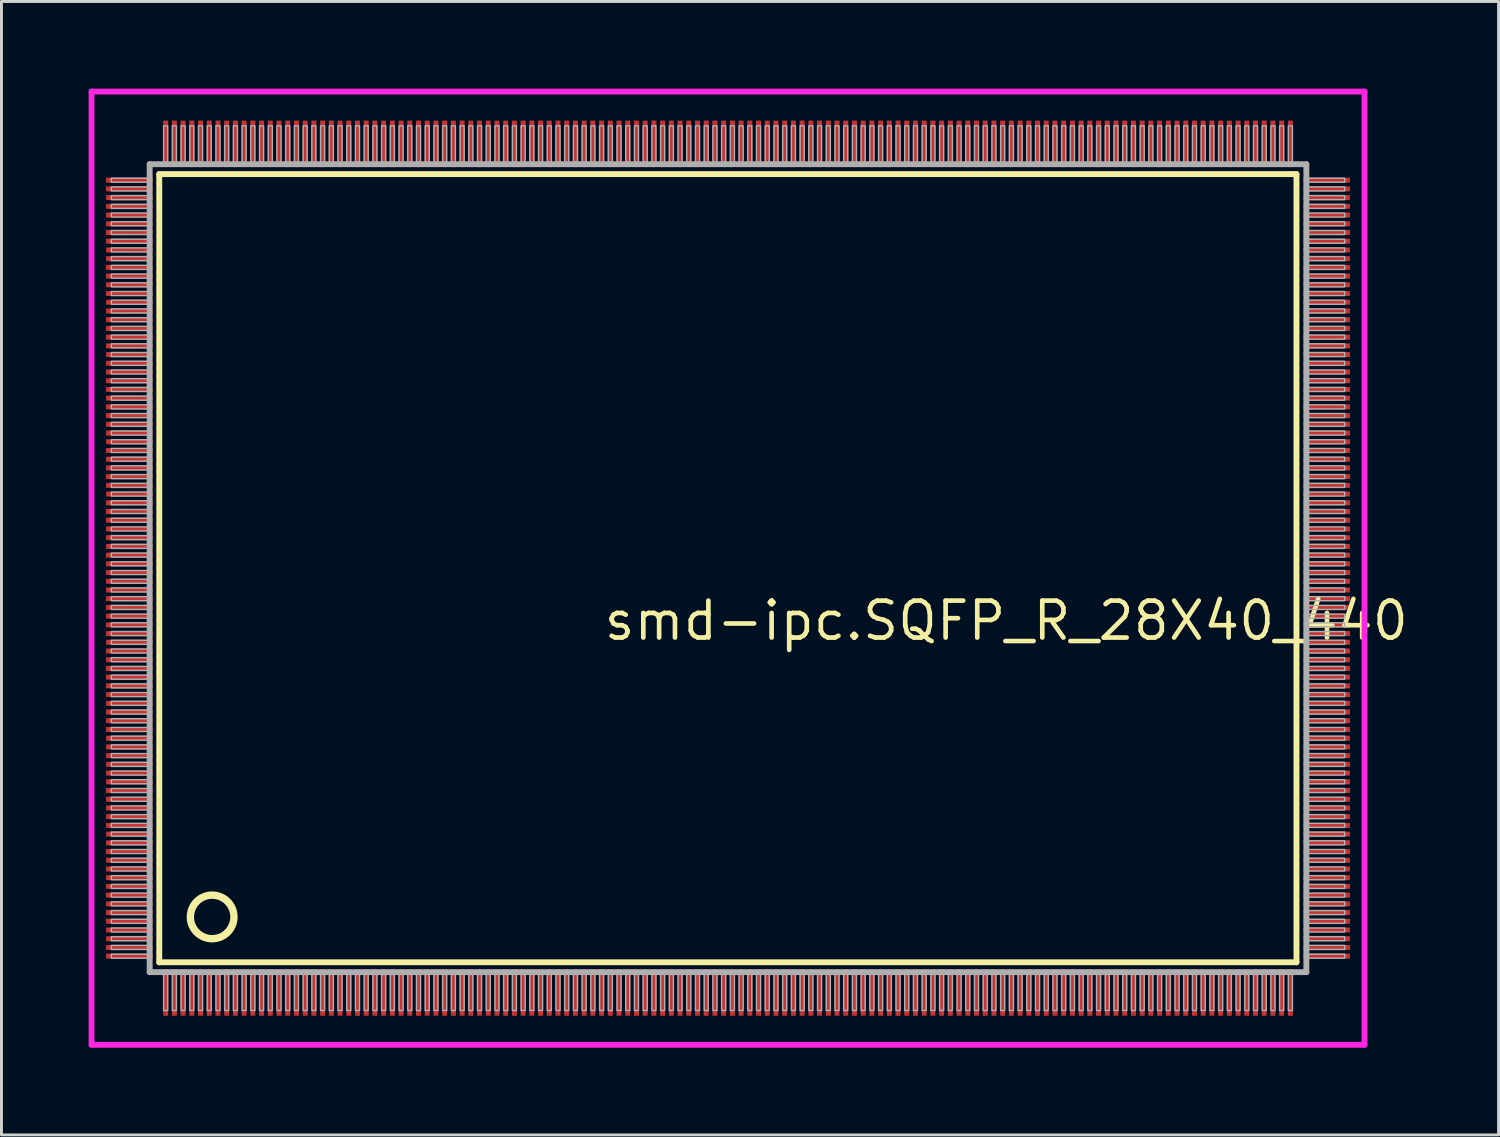
<source format=kicad_pcb>
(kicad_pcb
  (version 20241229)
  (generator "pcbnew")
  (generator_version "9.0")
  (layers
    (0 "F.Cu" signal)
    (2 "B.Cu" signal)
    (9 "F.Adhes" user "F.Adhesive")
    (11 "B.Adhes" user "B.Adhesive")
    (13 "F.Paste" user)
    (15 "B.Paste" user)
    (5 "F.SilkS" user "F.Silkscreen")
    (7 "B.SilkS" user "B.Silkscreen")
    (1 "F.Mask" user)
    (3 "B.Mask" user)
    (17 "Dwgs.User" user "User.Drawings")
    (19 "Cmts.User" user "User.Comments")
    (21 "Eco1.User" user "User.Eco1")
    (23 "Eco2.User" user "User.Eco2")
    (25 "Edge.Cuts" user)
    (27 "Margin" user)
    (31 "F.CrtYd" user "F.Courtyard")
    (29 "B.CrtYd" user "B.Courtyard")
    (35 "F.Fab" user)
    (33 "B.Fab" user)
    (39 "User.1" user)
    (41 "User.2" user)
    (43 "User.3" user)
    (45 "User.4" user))
  (footprint "smd-ipc.SQFP_R_28X40_440"
    (layer "F.Cu")
    (at 22 16.5)
    (property "Reference" "smd-ipc.SQFP_R_28X40_440" (at -4.35 2.55 0) (layer "F.SilkS") (effects (font (size 1.27 1.27) (thickness 0.16)) (justify left bottom)))
    (attr smd)
    (fp_line (start -19.57 -13.56) (end 19.56 -13.56) (stroke (width 0.203) (type default)) (layer "F.SilkS"))
    (fp_line (start -19.57 13.56) (end -19.57 -13.56) (stroke (width 0.203) (type default)) (layer "F.SilkS"))
    (fp_line (start 19.56 -13.56) (end 19.56 13.56) (stroke (width 0.203) (type default)) (layer "F.SilkS"))
    (fp_line (start 19.56 13.56) (end -19.57 13.56) (stroke (width 0.203) (type default)) (layer "F.SilkS"))
    (fp_circle (center -17.75 12) (end -17 12) (stroke (width 0.254) (type default)) (fill no) (layer "F.SilkS"))
    (fp_line (start -21.9 -16.4) (end 21.9 -16.4) (stroke (width 0.2) (type default)) (layer "F.CrtYd"))
    (fp_line (start -21.9 16.4) (end -21.9 -16.4) (stroke (width 0.2) (type default)) (layer "F.CrtYd"))
    (fp_line (start 21.9 -16.4) (end 21.9 16.4) (stroke (width 0.2) (type default)) (layer "F.CrtYd"))
    (fp_line (start 21.9 16.4) (end -21.9 16.4) (stroke (width 0.2) (type default)) (layer "F.CrtYd"))
    (fp_line (start -19.9 -13.9) (end -19.9 13.9) (stroke (width 0.203) (type default)) (layer "F.Fab"))
    (fp_line (start -19.9 13.9) (end 19.9 13.9) (stroke (width 0.203) (type default)) (layer "F.Fab"))
    (fp_line (start 19.9 -13.9) (end -19.9 -13.9) (stroke (width 0.203) (type default)) (layer "F.Fab"))
    (fp_line (start 19.9 13.9) (end 19.9 -13.9) (stroke (width 0.203) (type default)) (layer "F.Fab"))
    (fp_rect (start -21.22 -13.28) (end -19.95 -13.42) (stroke (width 0.05) (type default)) (fill no) (layer "F.Fab"))
    (fp_rect (start -21.22 -12.98) (end -19.95 -13.12) (stroke (width 0.05) (type default)) (fill no) (layer "F.Fab"))
    (fp_rect (start -21.22 -12.68) (end -19.95 -12.82) (stroke (width 0.05) (type default)) (fill no) (layer "F.Fab"))
    (fp_rect (start -21.22 -12.38) (end -19.95 -12.52) (stroke (width 0.05) (type default)) (fill no) (layer "F.Fab"))
    (fp_rect (start -21.22 -12.08) (end -19.95 -12.22) (stroke (width 0.05) (type default)) (fill no) (layer "F.Fab"))
    (fp_rect (start -21.22 -11.78) (end -19.95 -11.92) (stroke (width 0.05) (type default)) (fill no) (layer "F.Fab"))
    (fp_rect (start -21.22 -11.48) (end -19.95 -11.62) (stroke (width 0.05) (type default)) (fill no) (layer "F.Fab"))
    (fp_rect (start -21.22 -11.18) (end -19.95 -11.32) (stroke (width 0.05) (type default)) (fill no) (layer "F.Fab"))
    (fp_rect (start -21.22 -10.88) (end -19.95 -11.02) (stroke (width 0.05) (type default)) (fill no) (layer "F.Fab"))
    (fp_rect (start -21.22 -10.58) (end -19.95 -10.72) (stroke (width 0.05) (type default)) (fill no) (layer "F.Fab"))
    (fp_rect (start -21.22 -10.28) (end -19.95 -10.42) (stroke (width 0.05) (type default)) (fill no) (layer "F.Fab"))
    (fp_rect (start -21.22 -9.98) (end -19.95 -10.12) (stroke (width 0.05) (type default)) (fill no) (layer "F.Fab"))
    (fp_rect (start -21.22 -9.68) (end -19.95 -9.82) (stroke (width 0.05) (type default)) (fill no) (layer "F.Fab"))
    (fp_rect (start -21.22 -9.38) (end -19.95 -9.52) (stroke (width 0.05) (type default)) (fill no) (layer "F.Fab"))
    (fp_rect (start -21.22 -9.08) (end -19.95 -9.22) (stroke (width 0.05) (type default)) (fill no) (layer "F.Fab"))
    (fp_rect (start -21.22 -8.78) (end -19.95 -8.92) (stroke (width 0.05) (type default)) (fill no) (layer "F.Fab"))
    (fp_rect (start -21.22 -8.48) (end -19.95 -8.62) (stroke (width 0.05) (type default)) (fill no) (layer "F.Fab"))
    (fp_rect (start -21.22 -8.18) (end -19.95 -8.32) (stroke (width 0.05) (type default)) (fill no) (layer "F.Fab"))
    (fp_rect (start -21.22 -7.88) (end -19.95 -8.02) (stroke (width 0.05) (type default)) (fill no) (layer "F.Fab"))
    (fp_rect (start -21.22 -7.58) (end -19.95 -7.72) (stroke (width 0.05) (type default)) (fill no) (layer "F.Fab"))
    (fp_rect (start -21.22 -7.28) (end -19.95 -7.42) (stroke (width 0.05) (type default)) (fill no) (layer "F.Fab"))
    (fp_rect (start -21.22 -6.98) (end -19.95 -7.12) (stroke (width 0.05) (type default)) (fill no) (layer "F.Fab"))
    (fp_rect (start -21.22 -6.68) (end -19.95 -6.82) (stroke (width 0.05) (type default)) (fill no) (layer "F.Fab"))
    (fp_rect (start -21.22 -6.38) (end -19.95 -6.52) (stroke (width 0.05) (type default)) (fill no) (layer "F.Fab"))
    (fp_rect (start -21.22 -6.08) (end -19.95 -6.22) (stroke (width 0.05) (type default)) (fill no) (layer "F.Fab"))
    (fp_rect (start -21.22 -5.78) (end -19.95 -5.92) (stroke (width 0.05) (type default)) (fill no) (layer "F.Fab"))
    (fp_rect (start -21.22 -5.48) (end -19.95 -5.62) (stroke (width 0.05) (type default)) (fill no) (layer "F.Fab"))
    (fp_rect (start -21.22 -5.18) (end -19.95 -5.32) (stroke (width 0.05) (type default)) (fill no) (layer "F.Fab"))
    (fp_rect (start -21.22 -4.88) (end -19.95 -5.02) (stroke (width 0.05) (type default)) (fill no) (layer "F.Fab"))
    (fp_rect (start -21.22 -4.58) (end -19.95 -4.72) (stroke (width 0.05) (type default)) (fill no) (layer "F.Fab"))
    (fp_rect (start -21.22 -4.28) (end -19.95 -4.42) (stroke (width 0.05) (type default)) (fill no) (layer "F.Fab"))
    (fp_rect (start -21.22 -3.98) (end -19.95 -4.12) (stroke (width 0.05) (type default)) (fill no) (layer "F.Fab"))
    (fp_rect (start -21.22 -3.68) (end -19.95 -3.82) (stroke (width 0.05) (type default)) (fill no) (layer "F.Fab"))
    (fp_rect (start -21.22 -3.38) (end -19.95 -3.52) (stroke (width 0.05) (type default)) (fill no) (layer "F.Fab"))
    (fp_rect (start -21.22 -3.08) (end -19.95 -3.22) (stroke (width 0.05) (type default)) (fill no) (layer "F.Fab"))
    (fp_rect (start -21.22 -2.78) (end -19.95 -2.92) (stroke (width 0.05) (type default)) (fill no) (layer "F.Fab"))
    (fp_rect (start -21.22 -2.48) (end -19.95 -2.62) (stroke (width 0.05) (type default)) (fill no) (layer "F.Fab"))
    (fp_rect (start -21.22 -2.18) (end -19.95 -2.32) (stroke (width 0.05) (type default)) (fill no) (layer "F.Fab"))
    (fp_rect (start -21.22 -1.88) (end -19.95 -2.02) (stroke (width 0.05) (type default)) (fill no) (layer "F.Fab"))
    (fp_rect (start -21.22 -1.58) (end -19.95 -1.72) (stroke (width 0.05) (type default)) (fill no) (layer "F.Fab"))
    (fp_rect (start -21.22 -1.28) (end -19.95 -1.42) (stroke (width 0.05) (type default)) (fill no) (layer "F.Fab"))
    (fp_rect (start -21.22 -0.98) (end -19.95 -1.12) (stroke (width 0.05) (type default)) (fill no) (layer "F.Fab"))
    (fp_rect (start -21.22 -0.68) (end -19.95 -0.82) (stroke (width 0.05) (type default)) (fill no) (layer "F.Fab"))
    (fp_rect (start -21.22 -0.38) (end -19.95 -0.52) (stroke (width 0.05) (type default)) (fill no) (layer "F.Fab"))
    (fp_rect (start -21.22 -0.08) (end -19.95 -0.22) (stroke (width 0.05) (type default)) (fill no) (layer "F.Fab"))
    (fp_rect (start -21.22 0.22) (end -19.95 0.08) (stroke (width 0.05) (type default)) (fill no) (layer "F.Fab"))
    (fp_rect (start -21.22 0.52) (end -19.95 0.38) (stroke (width 0.05) (type default)) (fill no) (layer "F.Fab"))
    (fp_rect (start -21.22 0.82) (end -19.95 0.68) (stroke (width 0.05) (type default)) (fill no) (layer "F.Fab"))
    (fp_rect (start -21.22 1.12) (end -19.95 0.98) (stroke (width 0.05) (type default)) (fill no) (layer "F.Fab"))
    (fp_rect (start -21.22 1.42) (end -19.95 1.28) (stroke (width 0.05) (type default)) (fill no) (layer "F.Fab"))
    (fp_rect (start -21.22 1.72) (end -19.95 1.58) (stroke (width 0.05) (type default)) (fill no) (layer "F.Fab"))
    (fp_rect (start -21.22 2.02) (end -19.95 1.88) (stroke (width 0.05) (type default)) (fill no) (layer "F.Fab"))
    (fp_rect (start -21.22 2.32) (end -19.95 2.18) (stroke (width 0.05) (type default)) (fill no) (layer "F.Fab"))
    (fp_rect (start -21.22 2.62) (end -19.95 2.48) (stroke (width 0.05) (type default)) (fill no) (layer "F.Fab"))
    (fp_rect (start -21.22 2.92) (end -19.95 2.78) (stroke (width 0.05) (type default)) (fill no) (layer "F.Fab"))
    (fp_rect (start -21.22 3.22) (end -19.95 3.08) (stroke (width 0.05) (type default)) (fill no) (layer "F.Fab"))
    (fp_rect (start -21.22 3.52) (end -19.95 3.38) (stroke (width 0.05) (type default)) (fill no) (layer "F.Fab"))
    (fp_rect (start -21.22 3.82) (end -19.95 3.68) (stroke (width 0.05) (type default)) (fill no) (layer "F.Fab"))
    (fp_rect (start -21.22 4.12) (end -19.95 3.98) (stroke (width 0.05) (type default)) (fill no) (layer "F.Fab"))
    (fp_rect (start -21.22 4.42) (end -19.95 4.28) (stroke (width 0.05) (type default)) (fill no) (layer "F.Fab"))
    (fp_rect (start -21.22 4.72) (end -19.95 4.58) (stroke (width 0.05) (type default)) (fill no) (layer "F.Fab"))
    (fp_rect (start -21.22 5.02) (end -19.95 4.88) (stroke (width 0.05) (type default)) (fill no) (layer "F.Fab"))
    (fp_rect (start -21.22 5.32) (end -19.95 5.18) (stroke (width 0.05) (type default)) (fill no) (layer "F.Fab"))
    (fp_rect (start -21.22 5.62) (end -19.95 5.48) (stroke (width 0.05) (type default)) (fill no) (layer "F.Fab"))
    (fp_rect (start -21.22 5.92) (end -19.95 5.78) (stroke (width 0.05) (type default)) (fill no) (layer "F.Fab"))
    (fp_rect (start -21.22 6.22) (end -19.95 6.08) (stroke (width 0.05) (type default)) (fill no) (layer "F.Fab"))
    (fp_rect (start -21.22 6.52) (end -19.95 6.38) (stroke (width 0.05) (type default)) (fill no) (layer "F.Fab"))
    (fp_rect (start -21.22 6.82) (end -19.95 6.68) (stroke (width 0.05) (type default)) (fill no) (layer "F.Fab"))
    (fp_rect (start -21.22 7.12) (end -19.95 6.98) (stroke (width 0.05) (type default)) (fill no) (layer "F.Fab"))
    (fp_rect (start -21.22 7.42) (end -19.95 7.28) (stroke (width 0.05) (type default)) (fill no) (layer "F.Fab"))
    (fp_rect (start -21.22 7.72) (end -19.95 7.58) (stroke (width 0.05) (type default)) (fill no) (layer "F.Fab"))
    (fp_rect (start -21.22 8.02) (end -19.95 7.88) (stroke (width 0.05) (type default)) (fill no) (layer "F.Fab"))
    (fp_rect (start -21.22 8.32) (end -19.95 8.18) (stroke (width 0.05) (type default)) (fill no) (layer "F.Fab"))
    (fp_rect (start -21.22 8.62) (end -19.95 8.48) (stroke (width 0.05) (type default)) (fill no) (layer "F.Fab"))
    (fp_rect (start -21.22 8.92) (end -19.95 8.78) (stroke (width 0.05) (type default)) (fill no) (layer "F.Fab"))
    (fp_rect (start -21.22 9.22) (end -19.95 9.08) (stroke (width 0.05) (type default)) (fill no) (layer "F.Fab"))
    (fp_rect (start -21.22 9.52) (end -19.95 9.38) (stroke (width 0.05) (type default)) (fill no) (layer "F.Fab"))
    (fp_rect (start -21.22 9.82) (end -19.95 9.68) (stroke (width 0.05) (type default)) (fill no) (layer "F.Fab"))
    (fp_rect (start -21.22 10.12) (end -19.95 9.98) (stroke (width 0.05) (type default)) (fill no) (layer "F.Fab"))
    (fp_rect (start -21.22 10.42) (end -19.95 10.28) (stroke (width 0.05) (type default)) (fill no) (layer "F.Fab"))
    (fp_rect (start -21.22 10.72) (end -19.95 10.58) (stroke (width 0.05) (type default)) (fill no) (layer "F.Fab"))
    (fp_rect (start -21.22 11.02) (end -19.95 10.88) (stroke (width 0.05) (type default)) (fill no) (layer "F.Fab"))
    (fp_rect (start -21.22 11.32) (end -19.95 11.18) (stroke (width 0.05) (type default)) (fill no) (layer "F.Fab"))
    (fp_rect (start -21.22 11.62) (end -19.95 11.48) (stroke (width 0.05) (type default)) (fill no) (layer "F.Fab"))
    (fp_rect (start -21.22 11.92) (end -19.95 11.78) (stroke (width 0.05) (type default)) (fill no) (layer "F.Fab"))
    (fp_rect (start -21.22 12.22) (end -19.95 12.08) (stroke (width 0.05) (type default)) (fill no) (layer "F.Fab"))
    (fp_rect (start -21.22 12.52) (end -19.95 12.38) (stroke (width 0.05) (type default)) (fill no) (layer "F.Fab"))
    (fp_rect (start -21.22 12.82) (end -19.95 12.68) (stroke (width 0.05) (type default)) (fill no) (layer "F.Fab"))
    (fp_rect (start -21.22 13.12) (end -19.95 12.98) (stroke (width 0.05) (type default)) (fill no) (layer "F.Fab"))
    (fp_rect (start -21.22 13.42) (end -19.95 13.28) (stroke (width 0.05) (type default)) (fill no) (layer "F.Fab"))
    (fp_rect (start -19.42 -13.95) (end -19.28 -15.22) (stroke (width 0.05) (type default)) (fill no) (layer "F.Fab"))
    (fp_rect (start -19.42 15.22) (end -19.28 13.95) (stroke (width 0.05) (type default)) (fill no) (layer "F.Fab"))
    (fp_rect (start -19.12 -13.95) (end -18.98 -15.22) (stroke (width 0.05) (type default)) (fill no) (layer "F.Fab"))
    (fp_rect (start -19.12 15.22) (end -18.98 13.95) (stroke (width 0.05) (type default)) (fill no) (layer "F.Fab"))
    (fp_rect (start -18.82 -13.95) (end -18.68 -15.22) (stroke (width 0.05) (type default)) (fill no) (layer "F.Fab"))
    (fp_rect (start -18.82 15.22) (end -18.68 13.95) (stroke (width 0.05) (type default)) (fill no) (layer "F.Fab"))
    (fp_rect (start -18.52 -13.95) (end -18.38 -15.22) (stroke (width 0.05) (type default)) (fill no) (layer "F.Fab"))
    (fp_rect (start -18.52 15.22) (end -18.38 13.95) (stroke (width 0.05) (type default)) (fill no) (layer "F.Fab"))
    (fp_rect (start -18.22 -13.95) (end -18.08 -15.22) (stroke (width 0.05) (type default)) (fill no) (layer "F.Fab"))
    (fp_rect (start -18.22 15.22) (end -18.08 13.95) (stroke (width 0.05) (type default)) (fill no) (layer "F.Fab"))
    (fp_rect (start -17.92 -13.95) (end -17.78 -15.22) (stroke (width 0.05) (type default)) (fill no) (layer "F.Fab"))
    (fp_rect (start -17.92 15.22) (end -17.78 13.95) (stroke (width 0.05) (type default)) (fill no) (layer "F.Fab"))
    (fp_rect (start -17.62 -13.95) (end -17.48 -15.22) (stroke (width 0.05) (type default)) (fill no) (layer "F.Fab"))
    (fp_rect (start -17.62 15.22) (end -17.48 13.95) (stroke (width 0.05) (type default)) (fill no) (layer "F.Fab"))
    (fp_rect (start -17.32 -13.95) (end -17.18 -15.22) (stroke (width 0.05) (type default)) (fill no) (layer "F.Fab"))
    (fp_rect (start -17.32 15.22) (end -17.18 13.95) (stroke (width 0.05) (type default)) (fill no) (layer "F.Fab"))
    (fp_rect (start -17.02 -13.95) (end -16.88 -15.22) (stroke (width 0.05) (type default)) (fill no) (layer "F.Fab"))
    (fp_rect (start -17.02 15.22) (end -16.88 13.95) (stroke (width 0.05) (type default)) (fill no) (layer "F.Fab"))
    (fp_rect (start -16.72 -13.95) (end -16.58 -15.22) (stroke (width 0.05) (type default)) (fill no) (layer "F.Fab"))
    (fp_rect (start -16.72 15.22) (end -16.58 13.95) (stroke (width 0.05) (type default)) (fill no) (layer "F.Fab"))
    (fp_rect (start -16.42 -13.95) (end -16.28 -15.22) (stroke (width 0.05) (type default)) (fill no) (layer "F.Fab"))
    (fp_rect (start -16.42 15.22) (end -16.28 13.95) (stroke (width 0.05) (type default)) (fill no) (layer "F.Fab"))
    (fp_rect (start -16.12 -13.95) (end -15.98 -15.22) (stroke (width 0.05) (type default)) (fill no) (layer "F.Fab"))
    (fp_rect (start -16.12 15.22) (end -15.98 13.95) (stroke (width 0.05) (type default)) (fill no) (layer "F.Fab"))
    (fp_rect (start -15.82 -13.95) (end -15.68 -15.22) (stroke (width 0.05) (type default)) (fill no) (layer "F.Fab"))
    (fp_rect (start -15.82 15.22) (end -15.68 13.95) (stroke (width 0.05) (type default)) (fill no) (layer "F.Fab"))
    (fp_rect (start -15.52 -13.95) (end -15.38 -15.22) (stroke (width 0.05) (type default)) (fill no) (layer "F.Fab"))
    (fp_rect (start -15.52 15.22) (end -15.38 13.95) (stroke (width 0.05) (type default)) (fill no) (layer "F.Fab"))
    (fp_rect (start -15.22 -13.95) (end -15.08 -15.22) (stroke (width 0.05) (type default)) (fill no) (layer "F.Fab"))
    (fp_rect (start -15.22 15.22) (end -15.08 13.95) (stroke (width 0.05) (type default)) (fill no) (layer "F.Fab"))
    (fp_rect (start -14.92 -13.95) (end -14.78 -15.22) (stroke (width 0.05) (type default)) (fill no) (layer "F.Fab"))
    (fp_rect (start -14.92 15.22) (end -14.78 13.95) (stroke (width 0.05) (type default)) (fill no) (layer "F.Fab"))
    (fp_rect (start -14.62 -13.95) (end -14.48 -15.22) (stroke (width 0.05) (type default)) (fill no) (layer "F.Fab"))
    (fp_rect (start -14.62 15.22) (end -14.48 13.95) (stroke (width 0.05) (type default)) (fill no) (layer "F.Fab"))
    (fp_rect (start -14.32 -13.95) (end -14.18 -15.22) (stroke (width 0.05) (type default)) (fill no) (layer "F.Fab"))
    (fp_rect (start -14.32 15.22) (end -14.18 13.95) (stroke (width 0.05) (type default)) (fill no) (layer "F.Fab"))
    (fp_rect (start -14.02 -13.95) (end -13.88 -15.22) (stroke (width 0.05) (type default)) (fill no) (layer "F.Fab"))
    (fp_rect (start -14.02 15.22) (end -13.88 13.95) (stroke (width 0.05) (type default)) (fill no) (layer "F.Fab"))
    (fp_rect (start -13.72 -13.95) (end -13.58 -15.22) (stroke (width 0.05) (type default)) (fill no) (layer "F.Fab"))
    (fp_rect (start -13.72 15.22) (end -13.58 13.95) (stroke (width 0.05) (type default)) (fill no) (layer "F.Fab"))
    (fp_rect (start -13.42 -13.95) (end -13.28 -15.22) (stroke (width 0.05) (type default)) (fill no) (layer "F.Fab"))
    (fp_rect (start -13.42 15.22) (end -13.28 13.95) (stroke (width 0.05) (type default)) (fill no) (layer "F.Fab"))
    (fp_rect (start -13.12 -13.95) (end -12.98 -15.22) (stroke (width 0.05) (type default)) (fill no) (layer "F.Fab"))
    (fp_rect (start -13.12 15.22) (end -12.98 13.95) (stroke (width 0.05) (type default)) (fill no) (layer "F.Fab"))
    (fp_rect (start -12.82 -13.95) (end -12.68 -15.22) (stroke (width 0.05) (type default)) (fill no) (layer "F.Fab"))
    (fp_rect (start -12.82 15.22) (end -12.68 13.95) (stroke (width 0.05) (type default)) (fill no) (layer "F.Fab"))
    (fp_rect (start -12.52 -13.95) (end -12.38 -15.22) (stroke (width 0.05) (type default)) (fill no) (layer "F.Fab"))
    (fp_rect (start -12.52 15.22) (end -12.38 13.95) (stroke (width 0.05) (type default)) (fill no) (layer "F.Fab"))
    (fp_rect (start -12.22 -13.95) (end -12.08 -15.22) (stroke (width 0.05) (type default)) (fill no) (layer "F.Fab"))
    (fp_rect (start -12.22 15.22) (end -12.08 13.95) (stroke (width 0.05) (type default)) (fill no) (layer "F.Fab"))
    (fp_rect (start -11.92 -13.95) (end -11.78 -15.22) (stroke (width 0.05) (type default)) (fill no) (layer "F.Fab"))
    (fp_rect (start -11.92 15.22) (end -11.78 13.95) (stroke (width 0.05) (type default)) (fill no) (layer "F.Fab"))
    (fp_rect (start -11.62 -13.95) (end -11.48 -15.22) (stroke (width 0.05) (type default)) (fill no) (layer "F.Fab"))
    (fp_rect (start -11.62 15.22) (end -11.48 13.95) (stroke (width 0.05) (type default)) (fill no) (layer "F.Fab"))
    (fp_rect (start -11.32 -13.95) (end -11.18 -15.22) (stroke (width 0.05) (type default)) (fill no) (layer "F.Fab"))
    (fp_rect (start -11.32 15.22) (end -11.18 13.95) (stroke (width 0.05) (type default)) (fill no) (layer "F.Fab"))
    (fp_rect (start -11.02 -13.95) (end -10.88 -15.22) (stroke (width 0.05) (type default)) (fill no) (layer "F.Fab"))
    (fp_rect (start -11.02 15.22) (end -10.88 13.95) (stroke (width 0.05) (type default)) (fill no) (layer "F.Fab"))
    (fp_rect (start -10.72 -13.95) (end -10.58 -15.22) (stroke (width 0.05) (type default)) (fill no) (layer "F.Fab"))
    (fp_rect (start -10.72 15.22) (end -10.58 13.95) (stroke (width 0.05) (type default)) (fill no) (layer "F.Fab"))
    (fp_rect (start -10.42 -13.95) (end -10.28 -15.22) (stroke (width 0.05) (type default)) (fill no) (layer "F.Fab"))
    (fp_rect (start -10.42 15.22) (end -10.28 13.95) (stroke (width 0.05) (type default)) (fill no) (layer "F.Fab"))
    (fp_rect (start -10.12 -13.95) (end -9.98 -15.22) (stroke (width 0.05) (type default)) (fill no) (layer "F.Fab"))
    (fp_rect (start -10.12 15.22) (end -9.98 13.95) (stroke (width 0.05) (type default)) (fill no) (layer "F.Fab"))
    (fp_rect (start -9.82 -13.95) (end -9.68 -15.22) (stroke (width 0.05) (type default)) (fill no) (layer "F.Fab"))
    (fp_rect (start -9.82 15.22) (end -9.68 13.95) (stroke (width 0.05) (type default)) (fill no) (layer "F.Fab"))
    (fp_rect (start -9.52 -13.95) (end -9.38 -15.22) (stroke (width 0.05) (type default)) (fill no) (layer "F.Fab"))
    (fp_rect (start -9.52 15.22) (end -9.38 13.95) (stroke (width 0.05) (type default)) (fill no) (layer "F.Fab"))
    (fp_rect (start -9.22 -13.95) (end -9.08 -15.22) (stroke (width 0.05) (type default)) (fill no) (layer "F.Fab"))
    (fp_rect (start -9.22 15.22) (end -9.08 13.95) (stroke (width 0.05) (type default)) (fill no) (layer "F.Fab"))
    (fp_rect (start -8.92 -13.95) (end -8.78 -15.22) (stroke (width 0.05) (type default)) (fill no) (layer "F.Fab"))
    (fp_rect (start -8.92 15.22) (end -8.78 13.95) (stroke (width 0.05) (type default)) (fill no) (layer "F.Fab"))
    (fp_rect (start -8.62 -13.95) (end -8.48 -15.22) (stroke (width 0.05) (type default)) (fill no) (layer "F.Fab"))
    (fp_rect (start -8.62 15.22) (end -8.48 13.95) (stroke (width 0.05) (type default)) (fill no) (layer "F.Fab"))
    (fp_rect (start -8.32 -13.95) (end -8.18 -15.22) (stroke (width 0.05) (type default)) (fill no) (layer "F.Fab"))
    (fp_rect (start -8.32 15.22) (end -8.18 13.95) (stroke (width 0.05) (type default)) (fill no) (layer "F.Fab"))
    (fp_rect (start -8.02 -13.95) (end -7.88 -15.22) (stroke (width 0.05) (type default)) (fill no) (layer "F.Fab"))
    (fp_rect (start -8.02 15.22) (end -7.88 13.95) (stroke (width 0.05) (type default)) (fill no) (layer "F.Fab"))
    (fp_rect (start -7.72 -13.95) (end -7.58 -15.22) (stroke (width 0.05) (type default)) (fill no) (layer "F.Fab"))
    (fp_rect (start -7.72 15.22) (end -7.58 13.95) (stroke (width 0.05) (type default)) (fill no) (layer "F.Fab"))
    (fp_rect (start -7.42 -13.95) (end -7.28 -15.22) (stroke (width 0.05) (type default)) (fill no) (layer "F.Fab"))
    (fp_rect (start -7.42 15.22) (end -7.28 13.95) (stroke (width 0.05) (type default)) (fill no) (layer "F.Fab"))
    (fp_rect (start -7.12 -13.95) (end -6.98 -15.22) (stroke (width 0.05) (type default)) (fill no) (layer "F.Fab"))
    (fp_rect (start -7.12 15.22) (end -6.98 13.95) (stroke (width 0.05) (type default)) (fill no) (layer "F.Fab"))
    (fp_rect (start -6.82 -13.95) (end -6.68 -15.22) (stroke (width 0.05) (type default)) (fill no) (layer "F.Fab"))
    (fp_rect (start -6.82 15.22) (end -6.68 13.95) (stroke (width 0.05) (type default)) (fill no) (layer "F.Fab"))
    (fp_rect (start -6.52 -13.95) (end -6.38 -15.22) (stroke (width 0.05) (type default)) (fill no) (layer "F.Fab"))
    (fp_rect (start -6.52 15.22) (end -6.38 13.95) (stroke (width 0.05) (type default)) (fill no) (layer "F.Fab"))
    (fp_rect (start -6.22 -13.95) (end -6.08 -15.22) (stroke (width 0.05) (type default)) (fill no) (layer "F.Fab"))
    (fp_rect (start -6.22 15.22) (end -6.08 13.95) (stroke (width 0.05) (type default)) (fill no) (layer "F.Fab"))
    (fp_rect (start -5.92 -13.95) (end -5.78 -15.22) (stroke (width 0.05) (type default)) (fill no) (layer "F.Fab"))
    (fp_rect (start -5.92 15.22) (end -5.78 13.95) (stroke (width 0.05) (type default)) (fill no) (layer "F.Fab"))
    (fp_rect (start -5.62 -13.95) (end -5.48 -15.22) (stroke (width 0.05) (type default)) (fill no) (layer "F.Fab"))
    (fp_rect (start -5.62 15.22) (end -5.48 13.95) (stroke (width 0.05) (type default)) (fill no) (layer "F.Fab"))
    (fp_rect (start -5.32 -13.95) (end -5.18 -15.22) (stroke (width 0.05) (type default)) (fill no) (layer "F.Fab"))
    (fp_rect (start -5.32 15.22) (end -5.18 13.95) (stroke (width 0.05) (type default)) (fill no) (layer "F.Fab"))
    (fp_rect (start -5.02 -13.95) (end -4.88 -15.22) (stroke (width 0.05) (type default)) (fill no) (layer "F.Fab"))
    (fp_rect (start -5.02 15.22) (end -4.88 13.95) (stroke (width 0.05) (type default)) (fill no) (layer "F.Fab"))
    (fp_rect (start -4.72 -13.95) (end -4.58 -15.22) (stroke (width 0.05) (type default)) (fill no) (layer "F.Fab"))
    (fp_rect (start -4.72 15.22) (end -4.58 13.95) (stroke (width 0.05) (type default)) (fill no) (layer "F.Fab"))
    (fp_rect (start -4.42 -13.95) (end -4.28 -15.22) (stroke (width 0.05) (type default)) (fill no) (layer "F.Fab"))
    (fp_rect (start -4.42 15.22) (end -4.28 13.95) (stroke (width 0.05) (type default)) (fill no) (layer "F.Fab"))
    (fp_rect (start -4.12 -13.95) (end -3.98 -15.22) (stroke (width 0.05) (type default)) (fill no) (layer "F.Fab"))
    (fp_rect (start -4.12 15.22) (end -3.98 13.95) (stroke (width 0.05) (type default)) (fill no) (layer "F.Fab"))
    (fp_rect (start -3.82 -13.95) (end -3.68 -15.22) (stroke (width 0.05) (type default)) (fill no) (layer "F.Fab"))
    (fp_rect (start -3.82 15.22) (end -3.68 13.95) (stroke (width 0.05) (type default)) (fill no) (layer "F.Fab"))
    (fp_rect (start -3.52 -13.95) (end -3.38 -15.22) (stroke (width 0.05) (type default)) (fill no) (layer "F.Fab"))
    (fp_rect (start -3.52 15.22) (end -3.38 13.95) (stroke (width 0.05) (type default)) (fill no) (layer "F.Fab"))
    (fp_rect (start -3.22 -13.95) (end -3.08 -15.22) (stroke (width 0.05) (type default)) (fill no) (layer "F.Fab"))
    (fp_rect (start -3.22 15.22) (end -3.08 13.95) (stroke (width 0.05) (type default)) (fill no) (layer "F.Fab"))
    (fp_rect (start -2.92 -13.95) (end -2.78 -15.22) (stroke (width 0.05) (type default)) (fill no) (layer "F.Fab"))
    (fp_rect (start -2.92 15.22) (end -2.78 13.95) (stroke (width 0.05) (type default)) (fill no) (layer "F.Fab"))
    (fp_rect (start -2.62 -13.95) (end -2.48 -15.22) (stroke (width 0.05) (type default)) (fill no) (layer "F.Fab"))
    (fp_rect (start -2.62 15.22) (end -2.48 13.95) (stroke (width 0.05) (type default)) (fill no) (layer "F.Fab"))
    (fp_rect (start -2.32 -13.95) (end -2.18 -15.22) (stroke (width 0.05) (type default)) (fill no) (layer "F.Fab"))
    (fp_rect (start -2.32 15.22) (end -2.18 13.95) (stroke (width 0.05) (type default)) (fill no) (layer "F.Fab"))
    (fp_rect (start -2.02 -13.95) (end -1.88 -15.22) (stroke (width 0.05) (type default)) (fill no) (layer "F.Fab"))
    (fp_rect (start -2.02 15.22) (end -1.88 13.95) (stroke (width 0.05) (type default)) (fill no) (layer "F.Fab"))
    (fp_rect (start -1.72 -13.95) (end -1.58 -15.22) (stroke (width 0.05) (type default)) (fill no) (layer "F.Fab"))
    (fp_rect (start -1.72 15.22) (end -1.58 13.95) (stroke (width 0.05) (type default)) (fill no) (layer "F.Fab"))
    (fp_rect (start -1.42 -13.95) (end -1.28 -15.22) (stroke (width 0.05) (type default)) (fill no) (layer "F.Fab"))
    (fp_rect (start -1.42 15.22) (end -1.28 13.95) (stroke (width 0.05) (type default)) (fill no) (layer "F.Fab"))
    (fp_rect (start -1.12 -13.95) (end -0.98 -15.22) (stroke (width 0.05) (type default)) (fill no) (layer "F.Fab"))
    (fp_rect (start -1.12 15.22) (end -0.98 13.95) (stroke (width 0.05) (type default)) (fill no) (layer "F.Fab"))
    (fp_rect (start -0.82 -13.95) (end -0.68 -15.22) (stroke (width 0.05) (type default)) (fill no) (layer "F.Fab"))
    (fp_rect (start -0.82 15.22) (end -0.68 13.95) (stroke (width 0.05) (type default)) (fill no) (layer "F.Fab"))
    (fp_rect (start -0.52 -13.95) (end -0.38 -15.22) (stroke (width 0.05) (type default)) (fill no) (layer "F.Fab"))
    (fp_rect (start -0.52 15.22) (end -0.38 13.95) (stroke (width 0.05) (type default)) (fill no) (layer "F.Fab"))
    (fp_rect (start -0.22 -13.95) (end -0.08 -15.22) (stroke (width 0.05) (type default)) (fill no) (layer "F.Fab"))
    (fp_rect (start -0.22 15.22) (end -0.08 13.95) (stroke (width 0.05) (type default)) (fill no) (layer "F.Fab"))
    (fp_rect (start 0.08 -13.95) (end 0.22 -15.22) (stroke (width 0.05) (type default)) (fill no) (layer "F.Fab"))
    (fp_rect (start 0.08 15.22) (end 0.22 13.95) (stroke (width 0.05) (type default)) (fill no) (layer "F.Fab"))
    (fp_rect (start 0.38 -13.95) (end 0.52 -15.22) (stroke (width 0.05) (type default)) (fill no) (layer "F.Fab"))
    (fp_rect (start 0.38 15.22) (end 0.52 13.95) (stroke (width 0.05) (type default)) (fill no) (layer "F.Fab"))
    (fp_rect (start 0.68 -13.95) (end 0.82 -15.22) (stroke (width 0.05) (type default)) (fill no) (layer "F.Fab"))
    (fp_rect (start 0.68 15.22) (end 0.82 13.95) (stroke (width 0.05) (type default)) (fill no) (layer "F.Fab"))
    (fp_rect (start 0.98 -13.95) (end 1.12 -15.22) (stroke (width 0.05) (type default)) (fill no) (layer "F.Fab"))
    (fp_rect (start 0.98 15.22) (end 1.12 13.95) (stroke (width 0.05) (type default)) (fill no) (layer "F.Fab"))
    (fp_rect (start 1.28 -13.95) (end 1.42 -15.22) (stroke (width 0.05) (type default)) (fill no) (layer "F.Fab"))
    (fp_rect (start 1.28 15.22) (end 1.42 13.95) (stroke (width 0.05) (type default)) (fill no) (layer "F.Fab"))
    (fp_rect (start 1.58 -13.95) (end 1.72 -15.22) (stroke (width 0.05) (type default)) (fill no) (layer "F.Fab"))
    (fp_rect (start 1.58 15.22) (end 1.72 13.95) (stroke (width 0.05) (type default)) (fill no) (layer "F.Fab"))
    (fp_rect (start 1.88 -13.95) (end 2.02 -15.22) (stroke (width 0.05) (type default)) (fill no) (layer "F.Fab"))
    (fp_rect (start 1.88 15.22) (end 2.02 13.95) (stroke (width 0.05) (type default)) (fill no) (layer "F.Fab"))
    (fp_rect (start 2.18 -13.95) (end 2.32 -15.22) (stroke (width 0.05) (type default)) (fill no) (layer "F.Fab"))
    (fp_rect (start 2.18 15.22) (end 2.32 13.95) (stroke (width 0.05) (type default)) (fill no) (layer "F.Fab"))
    (fp_rect (start 2.48 -13.95) (end 2.62 -15.22) (stroke (width 0.05) (type default)) (fill no) (layer "F.Fab"))
    (fp_rect (start 2.48 15.22) (end 2.62 13.95) (stroke (width 0.05) (type default)) (fill no) (layer "F.Fab"))
    (fp_rect (start 2.78 -13.95) (end 2.92 -15.22) (stroke (width 0.05) (type default)) (fill no) (layer "F.Fab"))
    (fp_rect (start 2.78 15.22) (end 2.92 13.95) (stroke (width 0.05) (type default)) (fill no) (layer "F.Fab"))
    (fp_rect (start 3.08 -13.95) (end 3.22 -15.22) (stroke (width 0.05) (type default)) (fill no) (layer "F.Fab"))
    (fp_rect (start 3.08 15.22) (end 3.22 13.95) (stroke (width 0.05) (type default)) (fill no) (layer "F.Fab"))
    (fp_rect (start 3.38 -13.95) (end 3.52 -15.22) (stroke (width 0.05) (type default)) (fill no) (layer "F.Fab"))
    (fp_rect (start 3.38 15.22) (end 3.52 13.95) (stroke (width 0.05) (type default)) (fill no) (layer "F.Fab"))
    (fp_rect (start 3.68 -13.95) (end 3.82 -15.22) (stroke (width 0.05) (type default)) (fill no) (layer "F.Fab"))
    (fp_rect (start 3.68 15.22) (end 3.82 13.95) (stroke (width 0.05) (type default)) (fill no) (layer "F.Fab"))
    (fp_rect (start 3.98 -13.95) (end 4.12 -15.22) (stroke (width 0.05) (type default)) (fill no) (layer "F.Fab"))
    (fp_rect (start 3.98 15.22) (end 4.12 13.95) (stroke (width 0.05) (type default)) (fill no) (layer "F.Fab"))
    (fp_rect (start 4.28 -13.95) (end 4.42 -15.22) (stroke (width 0.05) (type default)) (fill no) (layer "F.Fab"))
    (fp_rect (start 4.28 15.22) (end 4.42 13.95) (stroke (width 0.05) (type default)) (fill no) (layer "F.Fab"))
    (fp_rect (start 4.58 -13.95) (end 4.72 -15.22) (stroke (width 0.05) (type default)) (fill no) (layer "F.Fab"))
    (fp_rect (start 4.58 15.22) (end 4.72 13.95) (stroke (width 0.05) (type default)) (fill no) (layer "F.Fab"))
    (fp_rect (start 4.88 -13.95) (end 5.02 -15.22) (stroke (width 0.05) (type default)) (fill no) (layer "F.Fab"))
    (fp_rect (start 4.88 15.22) (end 5.02 13.95) (stroke (width 0.05) (type default)) (fill no) (layer "F.Fab"))
    (fp_rect (start 5.18 -13.95) (end 5.32 -15.22) (stroke (width 0.05) (type default)) (fill no) (layer "F.Fab"))
    (fp_rect (start 5.18 15.22) (end 5.32 13.95) (stroke (width 0.05) (type default)) (fill no) (layer "F.Fab"))
    (fp_rect (start 5.48 -13.95) (end 5.62 -15.22) (stroke (width 0.05) (type default)) (fill no) (layer "F.Fab"))
    (fp_rect (start 5.48 15.22) (end 5.62 13.95) (stroke (width 0.05) (type default)) (fill no) (layer "F.Fab"))
    (fp_rect (start 5.78 -13.95) (end 5.92 -15.22) (stroke (width 0.05) (type default)) (fill no) (layer "F.Fab"))
    (fp_rect (start 5.78 15.22) (end 5.92 13.95) (stroke (width 0.05) (type default)) (fill no) (layer "F.Fab"))
    (fp_rect (start 6.08 -13.95) (end 6.22 -15.22) (stroke (width 0.05) (type default)) (fill no) (layer "F.Fab"))
    (fp_rect (start 6.08 15.22) (end 6.22 13.95) (stroke (width 0.05) (type default)) (fill no) (layer "F.Fab"))
    (fp_rect (start 6.38 -13.95) (end 6.52 -15.22) (stroke (width 0.05) (type default)) (fill no) (layer "F.Fab"))
    (fp_rect (start 6.38 15.22) (end 6.52 13.95) (stroke (width 0.05) (type default)) (fill no) (layer "F.Fab"))
    (fp_rect (start 6.68 -13.95) (end 6.82 -15.22) (stroke (width 0.05) (type default)) (fill no) (layer "F.Fab"))
    (fp_rect (start 6.68 15.22) (end 6.82 13.95) (stroke (width 0.05) (type default)) (fill no) (layer "F.Fab"))
    (fp_rect (start 6.98 -13.95) (end 7.12 -15.22) (stroke (width 0.05) (type default)) (fill no) (layer "F.Fab"))
    (fp_rect (start 6.98 15.22) (end 7.12 13.95) (stroke (width 0.05) (type default)) (fill no) (layer "F.Fab"))
    (fp_rect (start 7.28 -13.95) (end 7.42 -15.22) (stroke (width 0.05) (type default)) (fill no) (layer "F.Fab"))
    (fp_rect (start 7.28 15.22) (end 7.42 13.95) (stroke (width 0.05) (type default)) (fill no) (layer "F.Fab"))
    (fp_rect (start 7.58 -13.95) (end 7.72 -15.22) (stroke (width 0.05) (type default)) (fill no) (layer "F.Fab"))
    (fp_rect (start 7.58 15.22) (end 7.72 13.95) (stroke (width 0.05) (type default)) (fill no) (layer "F.Fab"))
    (fp_rect (start 7.88 -13.95) (end 8.02 -15.22) (stroke (width 0.05) (type default)) (fill no) (layer "F.Fab"))
    (fp_rect (start 7.88 15.22) (end 8.02 13.95) (stroke (width 0.05) (type default)) (fill no) (layer "F.Fab"))
    (fp_rect (start 8.18 -13.95) (end 8.32 -15.22) (stroke (width 0.05) (type default)) (fill no) (layer "F.Fab"))
    (fp_rect (start 8.18 15.22) (end 8.32 13.95) (stroke (width 0.05) (type default)) (fill no) (layer "F.Fab"))
    (fp_rect (start 8.48 -13.95) (end 8.62 -15.22) (stroke (width 0.05) (type default)) (fill no) (layer "F.Fab"))
    (fp_rect (start 8.48 15.22) (end 8.62 13.95) (stroke (width 0.05) (type default)) (fill no) (layer "F.Fab"))
    (fp_rect (start 8.78 -13.95) (end 8.92 -15.22) (stroke (width 0.05) (type default)) (fill no) (layer "F.Fab"))
    (fp_rect (start 8.78 15.22) (end 8.92 13.95) (stroke (width 0.05) (type default)) (fill no) (layer "F.Fab"))
    (fp_rect (start 9.08 -13.95) (end 9.22 -15.22) (stroke (width 0.05) (type default)) (fill no) (layer "F.Fab"))
    (fp_rect (start 9.08 15.22) (end 9.22 13.95) (stroke (width 0.05) (type default)) (fill no) (layer "F.Fab"))
    (fp_rect (start 9.38 -13.95) (end 9.52 -15.22) (stroke (width 0.05) (type default)) (fill no) (layer "F.Fab"))
    (fp_rect (start 9.38 15.22) (end 9.52 13.95) (stroke (width 0.05) (type default)) (fill no) (layer "F.Fab"))
    (fp_rect (start 9.68 -13.95) (end 9.82 -15.22) (stroke (width 0.05) (type default)) (fill no) (layer "F.Fab"))
    (fp_rect (start 9.68 15.22) (end 9.82 13.95) (stroke (width 0.05) (type default)) (fill no) (layer "F.Fab"))
    (fp_rect (start 9.98 -13.95) (end 10.12 -15.22) (stroke (width 0.05) (type default)) (fill no) (layer "F.Fab"))
    (fp_rect (start 9.98 15.22) (end 10.12 13.95) (stroke (width 0.05) (type default)) (fill no) (layer "F.Fab"))
    (fp_rect (start 10.28 -13.95) (end 10.42 -15.22) (stroke (width 0.05) (type default)) (fill no) (layer "F.Fab"))
    (fp_rect (start 10.28 15.22) (end 10.42 13.95) (stroke (width 0.05) (type default)) (fill no) (layer "F.Fab"))
    (fp_rect (start 10.58 -13.95) (end 10.72 -15.22) (stroke (width 0.05) (type default)) (fill no) (layer "F.Fab"))
    (fp_rect (start 10.58 15.22) (end 10.72 13.95) (stroke (width 0.05) (type default)) (fill no) (layer "F.Fab"))
    (fp_rect (start 10.88 -13.95) (end 11.02 -15.22) (stroke (width 0.05) (type default)) (fill no) (layer "F.Fab"))
    (fp_rect (start 10.88 15.22) (end 11.02 13.95) (stroke (width 0.05) (type default)) (fill no) (layer "F.Fab"))
    (fp_rect (start 11.18 -13.95) (end 11.32 -15.22) (stroke (width 0.05) (type default)) (fill no) (layer "F.Fab"))
    (fp_rect (start 11.18 15.22) (end 11.32 13.95) (stroke (width 0.05) (type default)) (fill no) (layer "F.Fab"))
    (fp_rect (start 11.48 -13.95) (end 11.62 -15.22) (stroke (width 0.05) (type default)) (fill no) (layer "F.Fab"))
    (fp_rect (start 11.48 15.22) (end 11.62 13.95) (stroke (width 0.05) (type default)) (fill no) (layer "F.Fab"))
    (fp_rect (start 11.78 -13.95) (end 11.92 -15.22) (stroke (width 0.05) (type default)) (fill no) (layer "F.Fab"))
    (fp_rect (start 11.78 15.22) (end 11.92 13.95) (stroke (width 0.05) (type default)) (fill no) (layer "F.Fab"))
    (fp_rect (start 12.08 -13.95) (end 12.22 -15.22) (stroke (width 0.05) (type default)) (fill no) (layer "F.Fab"))
    (fp_rect (start 12.08 15.22) (end 12.22 13.95) (stroke (width 0.05) (type default)) (fill no) (layer "F.Fab"))
    (fp_rect (start 12.38 -13.95) (end 12.52 -15.22) (stroke (width 0.05) (type default)) (fill no) (layer "F.Fab"))
    (fp_rect (start 12.38 15.22) (end 12.52 13.95) (stroke (width 0.05) (type default)) (fill no) (layer "F.Fab"))
    (fp_rect (start 12.68 -13.95) (end 12.82 -15.22) (stroke (width 0.05) (type default)) (fill no) (layer "F.Fab"))
    (fp_rect (start 12.68 15.22) (end 12.82 13.95) (stroke (width 0.05) (type default)) (fill no) (layer "F.Fab"))
    (fp_rect (start 12.98 -13.95) (end 13.12 -15.22) (stroke (width 0.05) (type default)) (fill no) (layer "F.Fab"))
    (fp_rect (start 12.98 15.22) (end 13.12 13.95) (stroke (width 0.05) (type default)) (fill no) (layer "F.Fab"))
    (fp_rect (start 13.28 -13.95) (end 13.42 -15.22) (stroke (width 0.05) (type default)) (fill no) (layer "F.Fab"))
    (fp_rect (start 13.28 15.22) (end 13.42 13.95) (stroke (width 0.05) (type default)) (fill no) (layer "F.Fab"))
    (fp_rect (start 13.58 -13.95) (end 13.72 -15.22) (stroke (width 0.05) (type default)) (fill no) (layer "F.Fab"))
    (fp_rect (start 13.58 15.22) (end 13.72 13.95) (stroke (width 0.05) (type default)) (fill no) (layer "F.Fab"))
    (fp_rect (start 13.88 -13.95) (end 14.02 -15.22) (stroke (width 0.05) (type default)) (fill no) (layer "F.Fab"))
    (fp_rect (start 13.88 15.22) (end 14.02 13.95) (stroke (width 0.05) (type default)) (fill no) (layer "F.Fab"))
    (fp_rect (start 14.18 -13.95) (end 14.32 -15.22) (stroke (width 0.05) (type default)) (fill no) (layer "F.Fab"))
    (fp_rect (start 14.18 15.22) (end 14.32 13.95) (stroke (width 0.05) (type default)) (fill no) (layer "F.Fab"))
    (fp_rect (start 14.48 -13.95) (end 14.62 -15.22) (stroke (width 0.05) (type default)) (fill no) (layer "F.Fab"))
    (fp_rect (start 14.48 15.22) (end 14.62 13.95) (stroke (width 0.05) (type default)) (fill no) (layer "F.Fab"))
    (fp_rect (start 14.78 -13.95) (end 14.92 -15.22) (stroke (width 0.05) (type default)) (fill no) (layer "F.Fab"))
    (fp_rect (start 14.78 15.22) (end 14.92 13.95) (stroke (width 0.05) (type default)) (fill no) (layer "F.Fab"))
    (fp_rect (start 15.08 -13.95) (end 15.22 -15.22) (stroke (width 0.05) (type default)) (fill no) (layer "F.Fab"))
    (fp_rect (start 15.08 15.22) (end 15.22 13.95) (stroke (width 0.05) (type default)) (fill no) (layer "F.Fab"))
    (fp_rect (start 15.38 -13.95) (end 15.52 -15.22) (stroke (width 0.05) (type default)) (fill no) (layer "F.Fab"))
    (fp_rect (start 15.38 15.22) (end 15.52 13.95) (stroke (width 0.05) (type default)) (fill no) (layer "F.Fab"))
    (fp_rect (start 15.68 -13.95) (end 15.82 -15.22) (stroke (width 0.05) (type default)) (fill no) (layer "F.Fab"))
    (fp_rect (start 15.68 15.22) (end 15.82 13.95) (stroke (width 0.05) (type default)) (fill no) (layer "F.Fab"))
    (fp_rect (start 15.98 -13.95) (end 16.12 -15.22) (stroke (width 0.05) (type default)) (fill no) (layer "F.Fab"))
    (fp_rect (start 15.98 15.22) (end 16.12 13.95) (stroke (width 0.05) (type default)) (fill no) (layer "F.Fab"))
    (fp_rect (start 16.28 -13.95) (end 16.42 -15.22) (stroke (width 0.05) (type default)) (fill no) (layer "F.Fab"))
    (fp_rect (start 16.28 15.22) (end 16.42 13.95) (stroke (width 0.05) (type default)) (fill no) (layer "F.Fab"))
    (fp_rect (start 16.58 -13.95) (end 16.72 -15.22) (stroke (width 0.05) (type default)) (fill no) (layer "F.Fab"))
    (fp_rect (start 16.58 15.22) (end 16.72 13.95) (stroke (width 0.05) (type default)) (fill no) (layer "F.Fab"))
    (fp_rect (start 16.88 -13.95) (end 17.02 -15.22) (stroke (width 0.05) (type default)) (fill no) (layer "F.Fab"))
    (fp_rect (start 16.88 15.22) (end 17.02 13.95) (stroke (width 0.05) (type default)) (fill no) (layer "F.Fab"))
    (fp_rect (start 17.18 -13.95) (end 17.32 -15.22) (stroke (width 0.05) (type default)) (fill no) (layer "F.Fab"))
    (fp_rect (start 17.18 15.22) (end 17.32 13.95) (stroke (width 0.05) (type default)) (fill no) (layer "F.Fab"))
    (fp_rect (start 17.48 -13.95) (end 17.62 -15.22) (stroke (width 0.05) (type default)) (fill no) (layer "F.Fab"))
    (fp_rect (start 17.48 15.22) (end 17.62 13.95) (stroke (width 0.05) (type default)) (fill no) (layer "F.Fab"))
    (fp_rect (start 17.78 -13.95) (end 17.92 -15.22) (stroke (width 0.05) (type default)) (fill no) (layer "F.Fab"))
    (fp_rect (start 17.78 15.22) (end 17.92 13.95) (stroke (width 0.05) (type default)) (fill no) (layer "F.Fab"))
    (fp_rect (start 18.08 -13.95) (end 18.22 -15.22) (stroke (width 0.05) (type default)) (fill no) (layer "F.Fab"))
    (fp_rect (start 18.08 15.22) (end 18.22 13.95) (stroke (width 0.05) (type default)) (fill no) (layer "F.Fab"))
    (fp_rect (start 18.38 -13.95) (end 18.52 -15.22) (stroke (width 0.05) (type default)) (fill no) (layer "F.Fab"))
    (fp_rect (start 18.38 15.22) (end 18.52 13.95) (stroke (width 0.05) (type default)) (fill no) (layer "F.Fab"))
    (fp_rect (start 18.68 -13.95) (end 18.82 -15.22) (stroke (width 0.05) (type default)) (fill no) (layer "F.Fab"))
    (fp_rect (start 18.68 15.22) (end 18.82 13.95) (stroke (width 0.05) (type default)) (fill no) (layer "F.Fab"))
    (fp_rect (start 18.98 -13.95) (end 19.12 -15.22) (stroke (width 0.05) (type default)) (fill no) (layer "F.Fab"))
    (fp_rect (start 18.98 15.22) (end 19.12 13.95) (stroke (width 0.05) (type default)) (fill no) (layer "F.Fab"))
    (fp_rect (start 19.28 -13.95) (end 19.42 -15.22) (stroke (width 0.05) (type default)) (fill no) (layer "F.Fab"))
    (fp_rect (start 19.28 15.22) (end 19.42 13.95) (stroke (width 0.05) (type default)) (fill no) (layer "F.Fab"))
    (fp_rect (start 19.95 -13.28) (end 21.22 -13.42) (stroke (width 0.05) (type default)) (fill no) (layer "F.Fab"))
    (fp_rect (start 19.95 -12.98) (end 21.22 -13.12) (stroke (width 0.05) (type default)) (fill no) (layer "F.Fab"))
    (fp_rect (start 19.95 -12.68) (end 21.22 -12.82) (stroke (width 0.05) (type default)) (fill no) (layer "F.Fab"))
    (fp_rect (start 19.95 -12.38) (end 21.22 -12.52) (stroke (width 0.05) (type default)) (fill no) (layer "F.Fab"))
    (fp_rect (start 19.95 -12.08) (end 21.22 -12.22) (stroke (width 0.05) (type default)) (fill no) (layer "F.Fab"))
    (fp_rect (start 19.95 -11.78) (end 21.22 -11.92) (stroke (width 0.05) (type default)) (fill no) (layer "F.Fab"))
    (fp_rect (start 19.95 -11.48) (end 21.22 -11.62) (stroke (width 0.05) (type default)) (fill no) (layer "F.Fab"))
    (fp_rect (start 19.95 -11.18) (end 21.22 -11.32) (stroke (width 0.05) (type default)) (fill no) (layer "F.Fab"))
    (fp_rect (start 19.95 -10.88) (end 21.22 -11.02) (stroke (width 0.05) (type default)) (fill no) (layer "F.Fab"))
    (fp_rect (start 19.95 -10.58) (end 21.22 -10.72) (stroke (width 0.05) (type default)) (fill no) (layer "F.Fab"))
    (fp_rect (start 19.95 -10.28) (end 21.22 -10.42) (stroke (width 0.05) (type default)) (fill no) (layer "F.Fab"))
    (fp_rect (start 19.95 -9.98) (end 21.22 -10.12) (stroke (width 0.05) (type default)) (fill no) (layer "F.Fab"))
    (fp_rect (start 19.95 -9.68) (end 21.22 -9.82) (stroke (width 0.05) (type default)) (fill no) (layer "F.Fab"))
    (fp_rect (start 19.95 -9.38) (end 21.22 -9.52) (stroke (width 0.05) (type default)) (fill no) (layer "F.Fab"))
    (fp_rect (start 19.95 -9.08) (end 21.22 -9.22) (stroke (width 0.05) (type default)) (fill no) (layer "F.Fab"))
    (fp_rect (start 19.95 -8.78) (end 21.22 -8.92) (stroke (width 0.05) (type default)) (fill no) (layer "F.Fab"))
    (fp_rect (start 19.95 -8.48) (end 21.22 -8.62) (stroke (width 0.05) (type default)) (fill no) (layer "F.Fab"))
    (fp_rect (start 19.95 -8.18) (end 21.22 -8.32) (stroke (width 0.05) (type default)) (fill no) (layer "F.Fab"))
    (fp_rect (start 19.95 -7.88) (end 21.22 -8.02) (stroke (width 0.05) (type default)) (fill no) (layer "F.Fab"))
    (fp_rect (start 19.95 -7.58) (end 21.22 -7.72) (stroke (width 0.05) (type default)) (fill no) (layer "F.Fab"))
    (fp_rect (start 19.95 -7.28) (end 21.22 -7.42) (stroke (width 0.05) (type default)) (fill no) (layer "F.Fab"))
    (fp_rect (start 19.95 -6.98) (end 21.22 -7.12) (stroke (width 0.05) (type default)) (fill no) (layer "F.Fab"))
    (fp_rect (start 19.95 -6.68) (end 21.22 -6.82) (stroke (width 0.05) (type default)) (fill no) (layer "F.Fab"))
    (fp_rect (start 19.95 -6.38) (end 21.22 -6.52) (stroke (width 0.05) (type default)) (fill no) (layer "F.Fab"))
    (fp_rect (start 19.95 -6.08) (end 21.22 -6.22) (stroke (width 0.05) (type default)) (fill no) (layer "F.Fab"))
    (fp_rect (start 19.95 -5.78) (end 21.22 -5.92) (stroke (width 0.05) (type default)) (fill no) (layer "F.Fab"))
    (fp_rect (start 19.95 -5.48) (end 21.22 -5.62) (stroke (width 0.05) (type default)) (fill no) (layer "F.Fab"))
    (fp_rect (start 19.95 -5.18) (end 21.22 -5.32) (stroke (width 0.05) (type default)) (fill no) (layer "F.Fab"))
    (fp_rect (start 19.95 -4.88) (end 21.22 -5.02) (stroke (width 0.05) (type default)) (fill no) (layer "F.Fab"))
    (fp_rect (start 19.95 -4.58) (end 21.22 -4.72) (stroke (width 0.05) (type default)) (fill no) (layer "F.Fab"))
    (fp_rect (start 19.95 -4.28) (end 21.22 -4.42) (stroke (width 0.05) (type default)) (fill no) (layer "F.Fab"))
    (fp_rect (start 19.95 -3.98) (end 21.22 -4.12) (stroke (width 0.05) (type default)) (fill no) (layer "F.Fab"))
    (fp_rect (start 19.95 -3.68) (end 21.22 -3.82) (stroke (width 0.05) (type default)) (fill no) (layer "F.Fab"))
    (fp_rect (start 19.95 -3.38) (end 21.22 -3.52) (stroke (width 0.05) (type default)) (fill no) (layer "F.Fab"))
    (fp_rect (start 19.95 -3.08) (end 21.22 -3.22) (stroke (width 0.05) (type default)) (fill no) (layer "F.Fab"))
    (fp_rect (start 19.95 -2.78) (end 21.22 -2.92) (stroke (width 0.05) (type default)) (fill no) (layer "F.Fab"))
    (fp_rect (start 19.95 -2.48) (end 21.22 -2.62) (stroke (width 0.05) (type default)) (fill no) (layer "F.Fab"))
    (fp_rect (start 19.95 -2.18) (end 21.22 -2.32) (stroke (width 0.05) (type default)) (fill no) (layer "F.Fab"))
    (fp_rect (start 19.95 -1.88) (end 21.22 -2.02) (stroke (width 0.05) (type default)) (fill no) (layer "F.Fab"))
    (fp_rect (start 19.95 -1.58) (end 21.22 -1.72) (stroke (width 0.05) (type default)) (fill no) (layer "F.Fab"))
    (fp_rect (start 19.95 -1.28) (end 21.22 -1.42) (stroke (width 0.05) (type default)) (fill no) (layer "F.Fab"))
    (fp_rect (start 19.95 -0.98) (end 21.22 -1.12) (stroke (width 0.05) (type default)) (fill no) (layer "F.Fab"))
    (fp_rect (start 19.95 -0.68) (end 21.22 -0.82) (stroke (width 0.05) (type default)) (fill no) (layer "F.Fab"))
    (fp_rect (start 19.95 -0.38) (end 21.22 -0.52) (stroke (width 0.05) (type default)) (fill no) (layer "F.Fab"))
    (fp_rect (start 19.95 -0.08) (end 21.22 -0.22) (stroke (width 0.05) (type default)) (fill no) (layer "F.Fab"))
    (fp_rect (start 19.95 0.22) (end 21.22 0.08) (stroke (width 0.05) (type default)) (fill no) (layer "F.Fab"))
    (fp_rect (start 19.95 0.52) (end 21.22 0.38) (stroke (width 0.05) (type default)) (fill no) (layer "F.Fab"))
    (fp_rect (start 19.95 0.82) (end 21.22 0.68) (stroke (width 0.05) (type default)) (fill no) (layer "F.Fab"))
    (fp_rect (start 19.95 1.12) (end 21.22 0.98) (stroke (width 0.05) (type default)) (fill no) (layer "F.Fab"))
    (fp_rect (start 19.95 1.42) (end 21.22 1.28) (stroke (width 0.05) (type default)) (fill no) (layer "F.Fab"))
    (fp_rect (start 19.95 1.72) (end 21.22 1.58) (stroke (width 0.05) (type default)) (fill no) (layer "F.Fab"))
    (fp_rect (start 19.95 2.02) (end 21.22 1.88) (stroke (width 0.05) (type default)) (fill no) (layer "F.Fab"))
    (fp_rect (start 19.95 2.32) (end 21.22 2.18) (stroke (width 0.05) (type default)) (fill no) (layer "F.Fab"))
    (fp_rect (start 19.95 2.62) (end 21.22 2.48) (stroke (width 0.05) (type default)) (fill no) (layer "F.Fab"))
    (fp_rect (start 19.95 2.92) (end 21.22 2.78) (stroke (width 0.05) (type default)) (fill no) (layer "F.Fab"))
    (fp_rect (start 19.95 3.22) (end 21.22 3.08) (stroke (width 0.05) (type default)) (fill no) (layer "F.Fab"))
    (fp_rect (start 19.95 3.52) (end 21.22 3.38) (stroke (width 0.05) (type default)) (fill no) (layer "F.Fab"))
    (fp_rect (start 19.95 3.82) (end 21.22 3.68) (stroke (width 0.05) (type default)) (fill no) (layer "F.Fab"))
    (fp_rect (start 19.95 4.12) (end 21.22 3.98) (stroke (width 0.05) (type default)) (fill no) (layer "F.Fab"))
    (fp_rect (start 19.95 4.42) (end 21.22 4.28) (stroke (width 0.05) (type default)) (fill no) (layer "F.Fab"))
    (fp_rect (start 19.95 4.72) (end 21.22 4.58) (stroke (width 0.05) (type default)) (fill no) (layer "F.Fab"))
    (fp_rect (start 19.95 5.02) (end 21.22 4.88) (stroke (width 0.05) (type default)) (fill no) (layer "F.Fab"))
    (fp_rect (start 19.95 5.32) (end 21.22 5.18) (stroke (width 0.05) (type default)) (fill no) (layer "F.Fab"))
    (fp_rect (start 19.95 5.62) (end 21.22 5.48) (stroke (width 0.05) (type default)) (fill no) (layer "F.Fab"))
    (fp_rect (start 19.95 5.92) (end 21.22 5.78) (stroke (width 0.05) (type default)) (fill no) (layer "F.Fab"))
    (fp_rect (start 19.95 6.22) (end 21.22 6.08) (stroke (width 0.05) (type default)) (fill no) (layer "F.Fab"))
    (fp_rect (start 19.95 6.52) (end 21.22 6.38) (stroke (width 0.05) (type default)) (fill no) (layer "F.Fab"))
    (fp_rect (start 19.95 6.82) (end 21.22 6.68) (stroke (width 0.05) (type default)) (fill no) (layer "F.Fab"))
    (fp_rect (start 19.95 7.12) (end 21.22 6.98) (stroke (width 0.05) (type default)) (fill no) (layer "F.Fab"))
    (fp_rect (start 19.95 7.42) (end 21.22 7.28) (stroke (width 0.05) (type default)) (fill no) (layer "F.Fab"))
    (fp_rect (start 19.95 7.72) (end 21.22 7.58) (stroke (width 0.05) (type default)) (fill no) (layer "F.Fab"))
    (fp_rect (start 19.95 8.02) (end 21.22 7.88) (stroke (width 0.05) (type default)) (fill no) (layer "F.Fab"))
    (fp_rect (start 19.95 8.32) (end 21.22 8.18) (stroke (width 0.05) (type default)) (fill no) (layer "F.Fab"))
    (fp_rect (start 19.95 8.62) (end 21.22 8.48) (stroke (width 0.05) (type default)) (fill no) (layer "F.Fab"))
    (fp_rect (start 19.95 8.92) (end 21.22 8.78) (stroke (width 0.05) (type default)) (fill no) (layer "F.Fab"))
    (fp_rect (start 19.95 9.22) (end 21.22 9.08) (stroke (width 0.05) (type default)) (fill no) (layer "F.Fab"))
    (fp_rect (start 19.95 9.52) (end 21.22 9.38) (stroke (width 0.05) (type default)) (fill no) (layer "F.Fab"))
    (fp_rect (start 19.95 9.82) (end 21.22 9.68) (stroke (width 0.05) (type default)) (fill no) (layer "F.Fab"))
    (fp_rect (start 19.95 10.12) (end 21.22 9.98) (stroke (width 0.05) (type default)) (fill no) (layer "F.Fab"))
    (fp_rect (start 19.95 10.42) (end 21.22 10.28) (stroke (width 0.05) (type default)) (fill no) (layer "F.Fab"))
    (fp_rect (start 19.95 10.72) (end 21.22 10.58) (stroke (width 0.05) (type default)) (fill no) (layer "F.Fab"))
    (fp_rect (start 19.95 11.02) (end 21.22 10.88) (stroke (width 0.05) (type default)) (fill no) (layer "F.Fab"))
    (fp_rect (start 19.95 11.32) (end 21.22 11.18) (stroke (width 0.05) (type default)) (fill no) (layer "F.Fab"))
    (fp_rect (start 19.95 11.62) (end 21.22 11.48) (stroke (width 0.05) (type default)) (fill no) (layer "F.Fab"))
    (fp_rect (start 19.95 11.92) (end 21.22 11.78) (stroke (width 0.05) (type default)) (fill no) (layer "F.Fab"))
    (fp_rect (start 19.95 12.22) (end 21.22 12.08) (stroke (width 0.05) (type default)) (fill no) (layer "F.Fab"))
    (fp_rect (start 19.95 12.52) (end 21.22 12.38) (stroke (width 0.05) (type default)) (fill no) (layer "F.Fab"))
    (fp_rect (start 19.95 12.82) (end 21.22 12.68) (stroke (width 0.05) (type default)) (fill no) (layer "F.Fab"))
    (fp_rect (start 19.95 13.12) (end 21.22 12.98) (stroke (width 0.05) (type default)) (fill no) (layer "F.Fab"))
    (fp_rect (start 19.95 13.42) (end 21.22 13.28) (stroke (width 0.05) (type default)) (fill no) (layer "F.Fab"))
    (pad "1" smd roundrect (at -19.35 14.6) (size 0.17 1.6) (layers "F.Cu" "F.Mask" "F.Paste") (roundrect_rratio 0.01))
    (pad "2" smd roundrect (at -19.05 14.6) (size 0.17 1.6) (layers "F.Cu" "F.Mask" "F.Paste") (roundrect_rratio 0.01))
    (pad "3" smd roundrect (at -18.75 14.6) (size 0.17 1.6) (layers "F.Cu" "F.Mask" "F.Paste") (roundrect_rratio 0.01))
    (pad "4" smd roundrect (at -18.45 14.6) (size 0.17 1.6) (layers "F.Cu" "F.Mask" "F.Paste") (roundrect_rratio 0.01))
    (pad "5" smd roundrect (at -18.15 14.6) (size 0.17 1.6) (layers "F.Cu" "F.Mask" "F.Paste") (roundrect_rratio 0.01))
    (pad "6" smd roundrect (at -17.85 14.6) (size 0.17 1.6) (layers "F.Cu" "F.Mask" "F.Paste") (roundrect_rratio 0.01))
    (pad "7" smd roundrect (at -17.55 14.6) (size 0.17 1.6) (layers "F.Cu" "F.Mask" "F.Paste") (roundrect_rratio 0.01))
    (pad "8" smd roundrect (at -17.25 14.6) (size 0.17 1.6) (layers "F.Cu" "F.Mask" "F.Paste") (roundrect_rratio 0.01))
    (pad "9" smd roundrect (at -16.95 14.6) (size 0.17 1.6) (layers "F.Cu" "F.Mask" "F.Paste") (roundrect_rratio 0.01))
    (pad "10" smd roundrect (at -16.65 14.6) (size 0.17 1.6) (layers "F.Cu" "F.Mask" "F.Paste") (roundrect_rratio 0.01))
    (pad "11" smd roundrect (at -16.35 14.6) (size 0.17 1.6) (layers "F.Cu" "F.Mask" "F.Paste") (roundrect_rratio 0.01))
    (pad "12" smd roundrect (at -16.05 14.6) (size 0.17 1.6) (layers "F.Cu" "F.Mask" "F.Paste") (roundrect_rratio 0.01))
    (pad "13" smd roundrect (at -15.75 14.6) (size 0.17 1.6) (layers "F.Cu" "F.Mask" "F.Paste") (roundrect_rratio 0.01))
    (pad "14" smd roundrect (at -15.45 14.6) (size 0.17 1.6) (layers "F.Cu" "F.Mask" "F.Paste") (roundrect_rratio 0.01))
    (pad "15" smd roundrect (at -15.15 14.6) (size 0.17 1.6) (layers "F.Cu" "F.Mask" "F.Paste") (roundrect_rratio 0.01))
    (pad "16" smd roundrect (at -14.85 14.6) (size 0.17 1.6) (layers "F.Cu" "F.Mask" "F.Paste") (roundrect_rratio 0.01))
    (pad "17" smd roundrect (at -14.55 14.6) (size 0.17 1.6) (layers "F.Cu" "F.Mask" "F.Paste") (roundrect_rratio 0.01))
    (pad "18" smd roundrect (at -14.25 14.6) (size 0.17 1.6) (layers "F.Cu" "F.Mask" "F.Paste") (roundrect_rratio 0.01))
    (pad "19" smd roundrect (at -13.95 14.6) (size 0.17 1.6) (layers "F.Cu" "F.Mask" "F.Paste") (roundrect_rratio 0.01))
    (pad "20" smd roundrect (at -13.65 14.6) (size 0.17 1.6) (layers "F.Cu" "F.Mask" "F.Paste") (roundrect_rratio 0.01))
    (pad "21" smd roundrect (at -13.35 14.6) (size 0.17 1.6) (layers "F.Cu" "F.Mask" "F.Paste") (roundrect_rratio 0.01))
    (pad "22" smd roundrect (at -13.05 14.6) (size 0.17 1.6) (layers "F.Cu" "F.Mask" "F.Paste") (roundrect_rratio 0.01))
    (pad "23" smd roundrect (at -12.75 14.6) (size 0.17 1.6) (layers "F.Cu" "F.Mask" "F.Paste") (roundrect_rratio 0.01))
    (pad "24" smd roundrect (at -12.45 14.6) (size 0.17 1.6) (layers "F.Cu" "F.Mask" "F.Paste") (roundrect_rratio 0.01))
    (pad "25" smd roundrect (at -12.15 14.6) (size 0.17 1.6) (layers "F.Cu" "F.Mask" "F.Paste") (roundrect_rratio 0.01))
    (pad "26" smd roundrect (at -11.85 14.6) (size 0.17 1.6) (layers "F.Cu" "F.Mask" "F.Paste") (roundrect_rratio 0.01))
    (pad "27" smd roundrect (at -11.55 14.6) (size 0.17 1.6) (layers "F.Cu" "F.Mask" "F.Paste") (roundrect_rratio 0.01))
    (pad "28" smd roundrect (at -11.25 14.6) (size 0.17 1.6) (layers "F.Cu" "F.Mask" "F.Paste") (roundrect_rratio 0.01))
    (pad "29" smd roundrect (at -10.95 14.6) (size 0.17 1.6) (layers "F.Cu" "F.Mask" "F.Paste") (roundrect_rratio 0.01))
    (pad "30" smd roundrect (at -10.65 14.6) (size 0.17 1.6) (layers "F.Cu" "F.Mask" "F.Paste") (roundrect_rratio 0.01))
    (pad "31" smd roundrect (at -10.35 14.6) (size 0.17 1.6) (layers "F.Cu" "F.Mask" "F.Paste") (roundrect_rratio 0.01))
    (pad "32" smd roundrect (at -10.05 14.6) (size 0.17 1.6) (layers "F.Cu" "F.Mask" "F.Paste") (roundrect_rratio 0.01))
    (pad "33" smd roundrect (at -9.75 14.6) (size 0.17 1.6) (layers "F.Cu" "F.Mask" "F.Paste") (roundrect_rratio 0.01))
    (pad "34" smd roundrect (at -9.45 14.6) (size 0.17 1.6) (layers "F.Cu" "F.Mask" "F.Paste") (roundrect_rratio 0.01))
    (pad "35" smd roundrect (at -9.15 14.6) (size 0.17 1.6) (layers "F.Cu" "F.Mask" "F.Paste") (roundrect_rratio 0.01))
    (pad "36" smd roundrect (at -8.85 14.6) (size 0.17 1.6) (layers "F.Cu" "F.Mask" "F.Paste") (roundrect_rratio 0.01))
    (pad "37" smd roundrect (at -8.55 14.6) (size 0.17 1.6) (layers "F.Cu" "F.Mask" "F.Paste") (roundrect_rratio 0.01))
    (pad "38" smd roundrect (at -8.25 14.6) (size 0.17 1.6) (layers "F.Cu" "F.Mask" "F.Paste") (roundrect_rratio 0.01))
    (pad "39" smd roundrect (at -7.95 14.6) (size 0.17 1.6) (layers "F.Cu" "F.Mask" "F.Paste") (roundrect_rratio 0.01))
    (pad "40" smd roundrect (at -7.65 14.6) (size 0.17 1.6) (layers "F.Cu" "F.Mask" "F.Paste") (roundrect_rratio 0.01))
    (pad "41" smd roundrect (at -7.35 14.6) (size 0.17 1.6) (layers "F.Cu" "F.Mask" "F.Paste") (roundrect_rratio 0.01))
    (pad "42" smd roundrect (at -7.05 14.6) (size 0.17 1.6) (layers "F.Cu" "F.Mask" "F.Paste") (roundrect_rratio 0.01))
    (pad "43" smd roundrect (at -6.75 14.6) (size 0.17 1.6) (layers "F.Cu" "F.Mask" "F.Paste") (roundrect_rratio 0.01))
    (pad "44" smd roundrect (at -6.45 14.6) (size 0.17 1.6) (layers "F.Cu" "F.Mask" "F.Paste") (roundrect_rratio 0.01))
    (pad "45" smd roundrect (at -6.15 14.6) (size 0.17 1.6) (layers "F.Cu" "F.Mask" "F.Paste") (roundrect_rratio 0.01))
    (pad "46" smd roundrect (at -5.85 14.6) (size 0.17 1.6) (layers "F.Cu" "F.Mask" "F.Paste") (roundrect_rratio 0.01))
    (pad "47" smd roundrect (at -5.55 14.6) (size 0.17 1.6) (layers "F.Cu" "F.Mask" "F.Paste") (roundrect_rratio 0.01))
    (pad "48" smd roundrect (at -5.25 14.6) (size 0.17 1.6) (layers "F.Cu" "F.Mask" "F.Paste") (roundrect_rratio 0.01))
    (pad "49" smd roundrect (at -4.95 14.6) (size 0.17 1.6) (layers "F.Cu" "F.Mask" "F.Paste") (roundrect_rratio 0.01))
    (pad "50" smd roundrect (at -4.65 14.6) (size 0.17 1.6) (layers "F.Cu" "F.Mask" "F.Paste") (roundrect_rratio 0.01))
    (pad "51" smd roundrect (at -4.35 14.6) (size 0.17 1.6) (layers "F.Cu" "F.Mask" "F.Paste") (roundrect_rratio 0.01))
    (pad "52" smd roundrect (at -4.05 14.6) (size 0.17 1.6) (layers "F.Cu" "F.Mask" "F.Paste") (roundrect_rratio 0.01))
    (pad "53" smd roundrect (at -3.75 14.6) (size 0.17 1.6) (layers "F.Cu" "F.Mask" "F.Paste") (roundrect_rratio 0.01))
    (pad "54" smd roundrect (at -3.45 14.6) (size 0.17 1.6) (layers "F.Cu" "F.Mask" "F.Paste") (roundrect_rratio 0.01))
    (pad "55" smd roundrect (at -3.15 14.6) (size 0.17 1.6) (layers "F.Cu" "F.Mask" "F.Paste") (roundrect_rratio 0.01))
    (pad "56" smd roundrect (at -2.85 14.6) (size 0.17 1.6) (layers "F.Cu" "F.Mask" "F.Paste") (roundrect_rratio 0.01))
    (pad "57" smd roundrect (at -2.55 14.6) (size 0.17 1.6) (layers "F.Cu" "F.Mask" "F.Paste") (roundrect_rratio 0.01))
    (pad "58" smd roundrect (at -2.25 14.6) (size 0.17 1.6) (layers "F.Cu" "F.Mask" "F.Paste") (roundrect_rratio 0.01))
    (pad "59" smd roundrect (at -1.95 14.6) (size 0.17 1.6) (layers "F.Cu" "F.Mask" "F.Paste") (roundrect_rratio 0.01))
    (pad "60" smd roundrect (at -1.65 14.6) (size 0.17 1.6) (layers "F.Cu" "F.Mask" "F.Paste") (roundrect_rratio 0.01))
    (pad "61" smd roundrect (at -1.35 14.6) (size 0.17 1.6) (layers "F.Cu" "F.Mask" "F.Paste") (roundrect_rratio 0.01))
    (pad "62" smd roundrect (at -1.05 14.6) (size 0.17 1.6) (layers "F.Cu" "F.Mask" "F.Paste") (roundrect_rratio 0.01))
    (pad "63" smd roundrect (at -0.75 14.6) (size 0.17 1.6) (layers "F.Cu" "F.Mask" "F.Paste") (roundrect_rratio 0.01))
    (pad "64" smd roundrect (at -0.45 14.6) (size 0.17 1.6) (layers "F.Cu" "F.Mask" "F.Paste") (roundrect_rratio 0.01))
    (pad "65" smd roundrect (at -0.15 14.6) (size 0.17 1.6) (layers "F.Cu" "F.Mask" "F.Paste") (roundrect_rratio 0.01))
    (pad "66" smd roundrect (at 0.15 14.6) (size 0.17 1.6) (layers "F.Cu" "F.Mask" "F.Paste") (roundrect_rratio 0.01))
    (pad "67" smd roundrect (at 0.45 14.6) (size 0.17 1.6) (layers "F.Cu" "F.Mask" "F.Paste") (roundrect_rratio 0.01))
    (pad "68" smd roundrect (at 0.75 14.6) (size 0.17 1.6) (layers "F.Cu" "F.Mask" "F.Paste") (roundrect_rratio 0.01))
    (pad "69" smd roundrect (at 1.05 14.6) (size 0.17 1.6) (layers "F.Cu" "F.Mask" "F.Paste") (roundrect_rratio 0.01))
    (pad "70" smd roundrect (at 1.35 14.6) (size 0.17 1.6) (layers "F.Cu" "F.Mask" "F.Paste") (roundrect_rratio 0.01))
    (pad "71" smd roundrect (at 1.65 14.6) (size 0.17 1.6) (layers "F.Cu" "F.Mask" "F.Paste") (roundrect_rratio 0.01))
    (pad "72" smd roundrect (at 1.95 14.6) (size 0.17 1.6) (layers "F.Cu" "F.Mask" "F.Paste") (roundrect_rratio 0.01))
    (pad "73" smd roundrect (at 2.25 14.6) (size 0.17 1.6) (layers "F.Cu" "F.Mask" "F.Paste") (roundrect_rratio 0.01))
    (pad "74" smd roundrect (at 2.55 14.6) (size 0.17 1.6) (layers "F.Cu" "F.Mask" "F.Paste") (roundrect_rratio 0.01))
    (pad "75" smd roundrect (at 2.85 14.6) (size 0.17 1.6) (layers "F.Cu" "F.Mask" "F.Paste") (roundrect_rratio 0.01))
    (pad "76" smd roundrect (at 3.15 14.6) (size 0.17 1.6) (layers "F.Cu" "F.Mask" "F.Paste") (roundrect_rratio 0.01))
    (pad "77" smd roundrect (at 3.45 14.6) (size 0.17 1.6) (layers "F.Cu" "F.Mask" "F.Paste") (roundrect_rratio 0.01))
    (pad "78" smd roundrect (at 3.75 14.6) (size 0.17 1.6) (layers "F.Cu" "F.Mask" "F.Paste") (roundrect_rratio 0.01))
    (pad "79" smd roundrect (at 4.05 14.6) (size 0.17 1.6) (layers "F.Cu" "F.Mask" "F.Paste") (roundrect_rratio 0.01))
    (pad "80" smd roundrect (at 4.35 14.6) (size 0.17 1.6) (layers "F.Cu" "F.Mask" "F.Paste") (roundrect_rratio 0.01))
    (pad "81" smd roundrect (at 4.65 14.6) (size 0.17 1.6) (layers "F.Cu" "F.Mask" "F.Paste") (roundrect_rratio 0.01))
    (pad "82" smd roundrect (at 4.95 14.6) (size 0.17 1.6) (layers "F.Cu" "F.Mask" "F.Paste") (roundrect_rratio 0.01))
    (pad "83" smd roundrect (at 5.25 14.6) (size 0.17 1.6) (layers "F.Cu" "F.Mask" "F.Paste") (roundrect_rratio 0.01))
    (pad "84" smd roundrect (at 5.55 14.6) (size 0.17 1.6) (layers "F.Cu" "F.Mask" "F.Paste") (roundrect_rratio 0.01))
    (pad "85" smd roundrect (at 5.85 14.6) (size 0.17 1.6) (layers "F.Cu" "F.Mask" "F.Paste") (roundrect_rratio 0.01))
    (pad "86" smd roundrect (at 6.15 14.6) (size 0.17 1.6) (layers "F.Cu" "F.Mask" "F.Paste") (roundrect_rratio 0.01))
    (pad "87" smd roundrect (at 6.45 14.6) (size 0.17 1.6) (layers "F.Cu" "F.Mask" "F.Paste") (roundrect_rratio 0.01))
    (pad "88" smd roundrect (at 6.75 14.6) (size 0.17 1.6) (layers "F.Cu" "F.Mask" "F.Paste") (roundrect_rratio 0.01))
    (pad "89" smd roundrect (at 7.05 14.6) (size 0.17 1.6) (layers "F.Cu" "F.Mask" "F.Paste") (roundrect_rratio 0.01))
    (pad "90" smd roundrect (at 7.35 14.6) (size 0.17 1.6) (layers "F.Cu" "F.Mask" "F.Paste") (roundrect_rratio 0.01))
    (pad "91" smd roundrect (at 7.65 14.6) (size 0.17 1.6) (layers "F.Cu" "F.Mask" "F.Paste") (roundrect_rratio 0.01))
    (pad "92" smd roundrect (at 7.95 14.6) (size 0.17 1.6) (layers "F.Cu" "F.Mask" "F.Paste") (roundrect_rratio 0.01))
    (pad "93" smd roundrect (at 8.25 14.6) (size 0.17 1.6) (layers "F.Cu" "F.Mask" "F.Paste") (roundrect_rratio 0.01))
    (pad "94" smd roundrect (at 8.55 14.6) (size 0.17 1.6) (layers "F.Cu" "F.Mask" "F.Paste") (roundrect_rratio 0.01))
    (pad "95" smd roundrect (at 8.85 14.6) (size 0.17 1.6) (layers "F.Cu" "F.Mask" "F.Paste") (roundrect_rratio 0.01))
    (pad "96" smd roundrect (at 9.15 14.6) (size 0.17 1.6) (layers "F.Cu" "F.Mask" "F.Paste") (roundrect_rratio 0.01))
    (pad "97" smd roundrect (at 9.45 14.6) (size 0.17 1.6) (layers "F.Cu" "F.Mask" "F.Paste") (roundrect_rratio 0.01))
    (pad "98" smd roundrect (at 9.75 14.6) (size 0.17 1.6) (layers "F.Cu" "F.Mask" "F.Paste") (roundrect_rratio 0.01))
    (pad "99" smd roundrect (at 10.05 14.6) (size 0.17 1.6) (layers "F.Cu" "F.Mask" "F.Paste") (roundrect_rratio 0.01))
    (pad "100" smd roundrect (at 10.35 14.6) (size 0.17 1.6) (layers "F.Cu" "F.Mask" "F.Paste") (roundrect_rratio 0.01))
    (pad "101" smd roundrect (at 10.65 14.6) (size 0.17 1.6) (layers "F.Cu" "F.Mask" "F.Paste") (roundrect_rratio 0.01))
    (pad "102" smd roundrect (at 10.95 14.6) (size 0.17 1.6) (layers "F.Cu" "F.Mask" "F.Paste") (roundrect_rratio 0.01))
    (pad "103" smd roundrect (at 11.25 14.6) (size 0.17 1.6) (layers "F.Cu" "F.Mask" "F.Paste") (roundrect_rratio 0.01))
    (pad "104" smd roundrect (at 11.55 14.6) (size 0.17 1.6) (layers "F.Cu" "F.Mask" "F.Paste") (roundrect_rratio 0.01))
    (pad "105" smd roundrect (at 11.85 14.6) (size 0.17 1.6) (layers "F.Cu" "F.Mask" "F.Paste") (roundrect_rratio 0.01))
    (pad "106" smd roundrect (at 12.15 14.6) (size 0.17 1.6) (layers "F.Cu" "F.Mask" "F.Paste") (roundrect_rratio 0.01))
    (pad "107" smd roundrect (at 12.45 14.6) (size 0.17 1.6) (layers "F.Cu" "F.Mask" "F.Paste") (roundrect_rratio 0.01))
    (pad "108" smd roundrect (at 12.75 14.6) (size 0.17 1.6) (layers "F.Cu" "F.Mask" "F.Paste") (roundrect_rratio 0.01))
    (pad "109" smd roundrect (at 13.05 14.6) (size 0.17 1.6) (layers "F.Cu" "F.Mask" "F.Paste") (roundrect_rratio 0.01))
    (pad "110" smd roundrect (at 13.35 14.6) (size 0.17 1.6) (layers "F.Cu" "F.Mask" "F.Paste") (roundrect_rratio 0.01))
    (pad "111" smd roundrect (at 13.65 14.6) (size 0.17 1.6) (layers "F.Cu" "F.Mask" "F.Paste") (roundrect_rratio 0.01))
    (pad "112" smd roundrect (at 13.95 14.6) (size 0.17 1.6) (layers "F.Cu" "F.Mask" "F.Paste") (roundrect_rratio 0.01))
    (pad "113" smd roundrect (at 14.25 14.6) (size 0.17 1.6) (layers "F.Cu" "F.Mask" "F.Paste") (roundrect_rratio 0.01))
    (pad "114" smd roundrect (at 14.55 14.6) (size 0.17 1.6) (layers "F.Cu" "F.Mask" "F.Paste") (roundrect_rratio 0.01))
    (pad "115" smd roundrect (at 14.85 14.6) (size 0.17 1.6) (layers "F.Cu" "F.Mask" "F.Paste") (roundrect_rratio 0.01))
    (pad "116" smd roundrect (at 15.15 14.6) (size 0.17 1.6) (layers "F.Cu" "F.Mask" "F.Paste") (roundrect_rratio 0.01))
    (pad "117" smd roundrect (at 15.45 14.6) (size 0.17 1.6) (layers "F.Cu" "F.Mask" "F.Paste") (roundrect_rratio 0.01))
    (pad "118" smd roundrect (at 15.75 14.6) (size 0.17 1.6) (layers "F.Cu" "F.Mask" "F.Paste") (roundrect_rratio 0.01))
    (pad "119" smd roundrect (at 16.05 14.6) (size 0.17 1.6) (layers "F.Cu" "F.Mask" "F.Paste") (roundrect_rratio 0.01))
    (pad "120" smd roundrect (at 16.35 14.6) (size 0.17 1.6) (layers "F.Cu" "F.Mask" "F.Paste") (roundrect_rratio 0.01))
    (pad "121" smd roundrect (at 16.65 14.6) (size 0.17 1.6) (layers "F.Cu" "F.Mask" "F.Paste") (roundrect_rratio 0.01))
    (pad "122" smd roundrect (at 16.95 14.6) (size 0.17 1.6) (layers "F.Cu" "F.Mask" "F.Paste") (roundrect_rratio 0.01))
    (pad "123" smd roundrect (at 17.25 14.6) (size 0.17 1.6) (layers "F.Cu" "F.Mask" "F.Paste") (roundrect_rratio 0.01))
    (pad "124" smd roundrect (at 17.55 14.6) (size 0.17 1.6) (layers "F.Cu" "F.Mask" "F.Paste") (roundrect_rratio 0.01))
    (pad "125" smd roundrect (at 17.85 14.6) (size 0.17 1.6) (layers "F.Cu" "F.Mask" "F.Paste") (roundrect_rratio 0.01))
    (pad "126" smd roundrect (at 18.15 14.6) (size 0.17 1.6) (layers "F.Cu" "F.Mask" "F.Paste") (roundrect_rratio 0.01))
    (pad "127" smd roundrect (at 18.45 14.6) (size 0.17 1.6) (layers "F.Cu" "F.Mask" "F.Paste") (roundrect_rratio 0.01))
    (pad "128" smd roundrect (at 18.75 14.6) (size 0.17 1.6) (layers "F.Cu" "F.Mask" "F.Paste") (roundrect_rratio 0.01))
    (pad "129" smd roundrect (at 19.05 14.6) (size 0.17 1.6) (layers "F.Cu" "F.Mask" "F.Paste") (roundrect_rratio 0.01))
    (pad "130" smd roundrect (at 19.35 14.6) (size 0.17 1.6) (layers "F.Cu" "F.Mask" "F.Paste") (roundrect_rratio 0.01))
    (pad "131" smd roundrect (at 20.6 13.35) (size 1.6 0.17) (layers "F.Cu" "F.Mask" "F.Paste") (roundrect_rratio 0.01))
    (pad "132" smd roundrect (at 20.6 13.05) (size 1.6 0.17) (layers "F.Cu" "F.Mask" "F.Paste") (roundrect_rratio 0.01))
    (pad "133" smd roundrect (at 20.6 12.75) (size 1.6 0.17) (layers "F.Cu" "F.Mask" "F.Paste") (roundrect_rratio 0.01))
    (pad "134" smd roundrect (at 20.6 12.45) (size 1.6 0.17) (layers "F.Cu" "F.Mask" "F.Paste") (roundrect_rratio 0.01))
    (pad "135" smd roundrect (at 20.6 12.15) (size 1.6 0.17) (layers "F.Cu" "F.Mask" "F.Paste") (roundrect_rratio 0.01))
    (pad "136" smd roundrect (at 20.6 11.85) (size 1.6 0.17) (layers "F.Cu" "F.Mask" "F.Paste") (roundrect_rratio 0.01))
    (pad "137" smd roundrect (at 20.6 11.55) (size 1.6 0.17) (layers "F.Cu" "F.Mask" "F.Paste") (roundrect_rratio 0.01))
    (pad "138" smd roundrect (at 20.6 11.25) (size 1.6 0.17) (layers "F.Cu" "F.Mask" "F.Paste") (roundrect_rratio 0.01))
    (pad "139" smd roundrect (at 20.6 10.95) (size 1.6 0.17) (layers "F.Cu" "F.Mask" "F.Paste") (roundrect_rratio 0.01))
    (pad "140" smd roundrect (at 20.6 10.65) (size 1.6 0.17) (layers "F.Cu" "F.Mask" "F.Paste") (roundrect_rratio 0.01))
    (pad "141" smd roundrect (at 20.6 10.35) (size 1.6 0.17) (layers "F.Cu" "F.Mask" "F.Paste") (roundrect_rratio 0.01))
    (pad "142" smd roundrect (at 20.6 10.05) (size 1.6 0.17) (layers "F.Cu" "F.Mask" "F.Paste") (roundrect_rratio 0.01))
    (pad "143" smd roundrect (at 20.6 9.75) (size 1.6 0.17) (layers "F.Cu" "F.Mask" "F.Paste") (roundrect_rratio 0.01))
    (pad "144" smd roundrect (at 20.6 9.45) (size 1.6 0.17) (layers "F.Cu" "F.Mask" "F.Paste") (roundrect_rratio 0.01))
    (pad "145" smd roundrect (at 20.6 9.15) (size 1.6 0.17) (layers "F.Cu" "F.Mask" "F.Paste") (roundrect_rratio 0.01))
    (pad "146" smd roundrect (at 20.6 8.85) (size 1.6 0.17) (layers "F.Cu" "F.Mask" "F.Paste") (roundrect_rratio 0.01))
    (pad "147" smd roundrect (at 20.6 8.55) (size 1.6 0.17) (layers "F.Cu" "F.Mask" "F.Paste") (roundrect_rratio 0.01))
    (pad "148" smd roundrect (at 20.6 8.25) (size 1.6 0.17) (layers "F.Cu" "F.Mask" "F.Paste") (roundrect_rratio 0.01))
    (pad "149" smd roundrect (at 20.6 7.95) (size 1.6 0.17) (layers "F.Cu" "F.Mask" "F.Paste") (roundrect_rratio 0.01))
    (pad "150" smd roundrect (at 20.6 7.65) (size 1.6 0.17) (layers "F.Cu" "F.Mask" "F.Paste") (roundrect_rratio 0.01))
    (pad "151" smd roundrect (at 20.6 7.35) (size 1.6 0.17) (layers "F.Cu" "F.Mask" "F.Paste") (roundrect_rratio 0.01))
    (pad "152" smd roundrect (at 20.6 7.05) (size 1.6 0.17) (layers "F.Cu" "F.Mask" "F.Paste") (roundrect_rratio 0.01))
    (pad "153" smd roundrect (at 20.6 6.75) (size 1.6 0.17) (layers "F.Cu" "F.Mask" "F.Paste") (roundrect_rratio 0.01))
    (pad "154" smd roundrect (at 20.6 6.45) (size 1.6 0.17) (layers "F.Cu" "F.Mask" "F.Paste") (roundrect_rratio 0.01))
    (pad "155" smd roundrect (at 20.6 6.15) (size 1.6 0.17) (layers "F.Cu" "F.Mask" "F.Paste") (roundrect_rratio 0.01))
    (pad "156" smd roundrect (at 20.6 5.85) (size 1.6 0.17) (layers "F.Cu" "F.Mask" "F.Paste") (roundrect_rratio 0.01))
    (pad "157" smd roundrect (at 20.6 5.55) (size 1.6 0.17) (layers "F.Cu" "F.Mask" "F.Paste") (roundrect_rratio 0.01))
    (pad "158" smd roundrect (at 20.6 5.25) (size 1.6 0.17) (layers "F.Cu" "F.Mask" "F.Paste") (roundrect_rratio 0.01))
    (pad "159" smd roundrect (at 20.6 4.95) (size 1.6 0.17) (layers "F.Cu" "F.Mask" "F.Paste") (roundrect_rratio 0.01))
    (pad "160" smd roundrect (at 20.6 4.65) (size 1.6 0.17) (layers "F.Cu" "F.Mask" "F.Paste") (roundrect_rratio 0.01))
    (pad "161" smd roundrect (at 20.6 4.35) (size 1.6 0.17) (layers "F.Cu" "F.Mask" "F.Paste") (roundrect_rratio 0.01))
    (pad "162" smd roundrect (at 20.6 4.05) (size 1.6 0.17) (layers "F.Cu" "F.Mask" "F.Paste") (roundrect_rratio 0.01))
    (pad "163" smd roundrect (at 20.6 3.75) (size 1.6 0.17) (layers "F.Cu" "F.Mask" "F.Paste") (roundrect_rratio 0.01))
    (pad "164" smd roundrect (at 20.6 3.45) (size 1.6 0.17) (layers "F.Cu" "F.Mask" "F.Paste") (roundrect_rratio 0.01))
    (pad "165" smd roundrect (at 20.6 3.15) (size 1.6 0.17) (layers "F.Cu" "F.Mask" "F.Paste") (roundrect_rratio 0.01))
    (pad "166" smd roundrect (at 20.6 2.85) (size 1.6 0.17) (layers "F.Cu" "F.Mask" "F.Paste") (roundrect_rratio 0.01))
    (pad "167" smd roundrect (at 20.6 2.55) (size 1.6 0.17) (layers "F.Cu" "F.Mask" "F.Paste") (roundrect_rratio 0.01))
    (pad "168" smd roundrect (at 20.6 2.25) (size 1.6 0.17) (layers "F.Cu" "F.Mask" "F.Paste") (roundrect_rratio 0.01))
    (pad "169" smd roundrect (at 20.6 1.95) (size 1.6 0.17) (layers "F.Cu" "F.Mask" "F.Paste") (roundrect_rratio 0.01))
    (pad "170" smd roundrect (at 20.6 1.65) (size 1.6 0.17) (layers "F.Cu" "F.Mask" "F.Paste") (roundrect_rratio 0.01))
    (pad "171" smd roundrect (at 20.6 1.35) (size 1.6 0.17) (layers "F.Cu" "F.Mask" "F.Paste") (roundrect_rratio 0.01))
    (pad "172" smd roundrect (at 20.6 1.05) (size 1.6 0.17) (layers "F.Cu" "F.Mask" "F.Paste") (roundrect_rratio 0.01))
    (pad "173" smd roundrect (at 20.6 0.75) (size 1.6 0.17) (layers "F.Cu" "F.Mask" "F.Paste") (roundrect_rratio 0.01))
    (pad "174" smd roundrect (at 20.6 0.45) (size 1.6 0.17) (layers "F.Cu" "F.Mask" "F.Paste") (roundrect_rratio 0.01))
    (pad "175" smd roundrect (at 20.6 0.15) (size 1.6 0.17) (layers "F.Cu" "F.Mask" "F.Paste") (roundrect_rratio 0.01))
    (pad "176" smd roundrect (at 20.6 -0.15) (size 1.6 0.17) (layers "F.Cu" "F.Mask" "F.Paste") (roundrect_rratio 0.01))
    (pad "177" smd roundrect (at 20.6 -0.45) (size 1.6 0.17) (layers "F.Cu" "F.Mask" "F.Paste") (roundrect_rratio 0.01))
    (pad "178" smd roundrect (at 20.6 -0.75) (size 1.6 0.17) (layers "F.Cu" "F.Mask" "F.Paste") (roundrect_rratio 0.01))
    (pad "179" smd roundrect (at 20.6 -1.05) (size 1.6 0.17) (layers "F.Cu" "F.Mask" "F.Paste") (roundrect_rratio 0.01))
    (pad "180" smd roundrect (at 20.6 -1.35) (size 1.6 0.17) (layers "F.Cu" "F.Mask" "F.Paste") (roundrect_rratio 0.01))
    (pad "181" smd roundrect (at 20.6 -1.65) (size 1.6 0.17) (layers "F.Cu" "F.Mask" "F.Paste") (roundrect_rratio 0.01))
    (pad "182" smd roundrect (at 20.6 -1.95) (size 1.6 0.17) (layers "F.Cu" "F.Mask" "F.Paste") (roundrect_rratio 0.01))
    (pad "183" smd roundrect (at 20.6 -2.25) (size 1.6 0.17) (layers "F.Cu" "F.Mask" "F.Paste") (roundrect_rratio 0.01))
    (pad "184" smd roundrect (at 20.6 -2.55) (size 1.6 0.17) (layers "F.Cu" "F.Mask" "F.Paste") (roundrect_rratio 0.01))
    (pad "185" smd roundrect (at 20.6 -2.85) (size 1.6 0.17) (layers "F.Cu" "F.Mask" "F.Paste") (roundrect_rratio 0.01))
    (pad "186" smd roundrect (at 20.6 -3.15) (size 1.6 0.17) (layers "F.Cu" "F.Mask" "F.Paste") (roundrect_rratio 0.01))
    (pad "187" smd roundrect (at 20.6 -3.45) (size 1.6 0.17) (layers "F.Cu" "F.Mask" "F.Paste") (roundrect_rratio 0.01))
    (pad "188" smd roundrect (at 20.6 -3.75) (size 1.6 0.17) (layers "F.Cu" "F.Mask" "F.Paste") (roundrect_rratio 0.01))
    (pad "189" smd roundrect (at 20.6 -4.05) (size 1.6 0.17) (layers "F.Cu" "F.Mask" "F.Paste") (roundrect_rratio 0.01))
    (pad "190" smd roundrect (at 20.6 -4.35) (size 1.6 0.17) (layers "F.Cu" "F.Mask" "F.Paste") (roundrect_rratio 0.01))
    (pad "191" smd roundrect (at 20.6 -4.65) (size 1.6 0.17) (layers "F.Cu" "F.Mask" "F.Paste") (roundrect_rratio 0.01))
    (pad "192" smd roundrect (at 20.6 -4.95) (size 1.6 0.17) (layers "F.Cu" "F.Mask" "F.Paste") (roundrect_rratio 0.01))
    (pad "193" smd roundrect (at 20.6 -5.25) (size 1.6 0.17) (layers "F.Cu" "F.Mask" "F.Paste") (roundrect_rratio 0.01))
    (pad "194" smd roundrect (at 20.6 -5.55) (size 1.6 0.17) (layers "F.Cu" "F.Mask" "F.Paste") (roundrect_rratio 0.01))
    (pad "195" smd roundrect (at 20.6 -5.85) (size 1.6 0.17) (layers "F.Cu" "F.Mask" "F.Paste") (roundrect_rratio 0.01))
    (pad "196" smd roundrect (at 20.6 -6.15) (size 1.6 0.17) (layers "F.Cu" "F.Mask" "F.Paste") (roundrect_rratio 0.01))
    (pad "197" smd roundrect (at 20.6 -6.45) (size 1.6 0.17) (layers "F.Cu" "F.Mask" "F.Paste") (roundrect_rratio 0.01))
    (pad "198" smd roundrect (at 20.6 -6.75) (size 1.6 0.17) (layers "F.Cu" "F.Mask" "F.Paste") (roundrect_rratio 0.01))
    (pad "199" smd roundrect (at 20.6 -7.05) (size 1.6 0.17) (layers "F.Cu" "F.Mask" "F.Paste") (roundrect_rratio 0.01))
    (pad "200" smd roundrect (at 20.6 -7.35) (size 1.6 0.17) (layers "F.Cu" "F.Mask" "F.Paste") (roundrect_rratio 0.01))
    (pad "201" smd roundrect (at 20.6 -7.65) (size 1.6 0.17) (layers "F.Cu" "F.Mask" "F.Paste") (roundrect_rratio 0.01))
    (pad "202" smd roundrect (at 20.6 -7.95) (size 1.6 0.17) (layers "F.Cu" "F.Mask" "F.Paste") (roundrect_rratio 0.01))
    (pad "203" smd roundrect (at 20.6 -8.25) (size 1.6 0.17) (layers "F.Cu" "F.Mask" "F.Paste") (roundrect_rratio 0.01))
    (pad "204" smd roundrect (at 20.6 -8.55) (size 1.6 0.17) (layers "F.Cu" "F.Mask" "F.Paste") (roundrect_rratio 0.01))
    (pad "205" smd roundrect (at 20.6 -8.85) (size 1.6 0.17) (layers "F.Cu" "F.Mask" "F.Paste") (roundrect_rratio 0.01))
    (pad "206" smd roundrect (at 20.6 -9.15) (size 1.6 0.17) (layers "F.Cu" "F.Mask" "F.Paste") (roundrect_rratio 0.01))
    (pad "207" smd roundrect (at 20.6 -9.45) (size 1.6 0.17) (layers "F.Cu" "F.Mask" "F.Paste") (roundrect_rratio 0.01))
    (pad "208" smd roundrect (at 20.6 -9.75) (size 1.6 0.17) (layers "F.Cu" "F.Mask" "F.Paste") (roundrect_rratio 0.01))
    (pad "209" smd roundrect (at 20.6 -10.05) (size 1.6 0.17) (layers "F.Cu" "F.Mask" "F.Paste") (roundrect_rratio 0.01))
    (pad "210" smd roundrect (at 20.6 -10.35) (size 1.6 0.17) (layers "F.Cu" "F.Mask" "F.Paste") (roundrect_rratio 0.01))
    (pad "211" smd roundrect (at 20.6 -10.65) (size 1.6 0.17) (layers "F.Cu" "F.Mask" "F.Paste") (roundrect_rratio 0.01))
    (pad "212" smd roundrect (at 20.6 -10.95) (size 1.6 0.17) (layers "F.Cu" "F.Mask" "F.Paste") (roundrect_rratio 0.01))
    (pad "213" smd roundrect (at 20.6 -11.25) (size 1.6 0.17) (layers "F.Cu" "F.Mask" "F.Paste") (roundrect_rratio 0.01))
    (pad "214" smd roundrect (at 20.6 -11.55) (size 1.6 0.17) (layers "F.Cu" "F.Mask" "F.Paste") (roundrect_rratio 0.01))
    (pad "215" smd roundrect (at 20.6 -11.85) (size 1.6 0.17) (layers "F.Cu" "F.Mask" "F.Paste") (roundrect_rratio 0.01))
    (pad "216" smd roundrect (at 20.6 -12.15) (size 1.6 0.17) (layers "F.Cu" "F.Mask" "F.Paste") (roundrect_rratio 0.01))
    (pad "217" smd roundrect (at 20.6 -12.45) (size 1.6 0.17) (layers "F.Cu" "F.Mask" "F.Paste") (roundrect_rratio 0.01))
    (pad "218" smd roundrect (at 20.6 -12.75) (size 1.6 0.17) (layers "F.Cu" "F.Mask" "F.Paste") (roundrect_rratio 0.01))
    (pad "219" smd roundrect (at 20.6 -13.05) (size 1.6 0.17) (layers "F.Cu" "F.Mask" "F.Paste") (roundrect_rratio 0.01))
    (pad "220" smd roundrect (at 20.6 -13.35) (size 1.6 0.17) (layers "F.Cu" "F.Mask" "F.Paste") (roundrect_rratio 0.01))
    (pad "221" smd roundrect (at 19.35 -14.6) (size 0.17 1.6) (layers "F.Cu" "F.Mask" "F.Paste") (roundrect_rratio 0.01))
    (pad "222" smd roundrect (at 19.05 -14.6) (size 0.17 1.6) (layers "F.Cu" "F.Mask" "F.Paste") (roundrect_rratio 0.01))
    (pad "223" smd roundrect (at 18.75 -14.6) (size 0.17 1.6) (layers "F.Cu" "F.Mask" "F.Paste") (roundrect_rratio 0.01))
    (pad "224" smd roundrect (at 18.45 -14.6) (size 0.17 1.6) (layers "F.Cu" "F.Mask" "F.Paste") (roundrect_rratio 0.01))
    (pad "225" smd roundrect (at 18.15 -14.6) (size 0.17 1.6) (layers "F.Cu" "F.Mask" "F.Paste") (roundrect_rratio 0.01))
    (pad "226" smd roundrect (at 17.85 -14.6) (size 0.17 1.6) (layers "F.Cu" "F.Mask" "F.Paste") (roundrect_rratio 0.01))
    (pad "227" smd roundrect (at 17.55 -14.6) (size 0.17 1.6) (layers "F.Cu" "F.Mask" "F.Paste") (roundrect_rratio 0.01))
    (pad "228" smd roundrect (at 17.25 -14.6) (size 0.17 1.6) (layers "F.Cu" "F.Mask" "F.Paste") (roundrect_rratio 0.01))
    (pad "229" smd roundrect (at 16.95 -14.6) (size 0.17 1.6) (layers "F.Cu" "F.Mask" "F.Paste") (roundrect_rratio 0.01))
    (pad "230" smd roundrect (at 16.65 -14.6) (size 0.17 1.6) (layers "F.Cu" "F.Mask" "F.Paste") (roundrect_rratio 0.01))
    (pad "231" smd roundrect (at 16.35 -14.6) (size 0.17 1.6) (layers "F.Cu" "F.Mask" "F.Paste") (roundrect_rratio 0.01))
    (pad "232" smd roundrect (at 16.05 -14.6) (size 0.17 1.6) (layers "F.Cu" "F.Mask" "F.Paste") (roundrect_rratio 0.01))
    (pad "233" smd roundrect (at 15.75 -14.6) (size 0.17 1.6) (layers "F.Cu" "F.Mask" "F.Paste") (roundrect_rratio 0.01))
    (pad "234" smd roundrect (at 15.45 -14.6) (size 0.17 1.6) (layers "F.Cu" "F.Mask" "F.Paste") (roundrect_rratio 0.01))
    (pad "235" smd roundrect (at 15.15 -14.6) (size 0.17 1.6) (layers "F.Cu" "F.Mask" "F.Paste") (roundrect_rratio 0.01))
    (pad "236" smd roundrect (at 14.85 -14.6) (size 0.17 1.6) (layers "F.Cu" "F.Mask" "F.Paste") (roundrect_rratio 0.01))
    (pad "237" smd roundrect (at 14.55 -14.6) (size 0.17 1.6) (layers "F.Cu" "F.Mask" "F.Paste") (roundrect_rratio 0.01))
    (pad "238" smd roundrect (at 14.25 -14.6) (size 0.17 1.6) (layers "F.Cu" "F.Mask" "F.Paste") (roundrect_rratio 0.01))
    (pad "239" smd roundrect (at 13.95 -14.6) (size 0.17 1.6) (layers "F.Cu" "F.Mask" "F.Paste") (roundrect_rratio 0.01))
    (pad "240" smd roundrect (at 13.65 -14.6) (size 0.17 1.6) (layers "F.Cu" "F.Mask" "F.Paste") (roundrect_rratio 0.01))
    (pad "241" smd roundrect (at 13.35 -14.6) (size 0.17 1.6) (layers "F.Cu" "F.Mask" "F.Paste") (roundrect_rratio 0.01))
    (pad "242" smd roundrect (at 13.05 -14.6) (size 0.17 1.6) (layers "F.Cu" "F.Mask" "F.Paste") (roundrect_rratio 0.01))
    (pad "243" smd roundrect (at 12.75 -14.6) (size 0.17 1.6) (layers "F.Cu" "F.Mask" "F.Paste") (roundrect_rratio 0.01))
    (pad "244" smd roundrect (at 12.45 -14.6) (size 0.17 1.6) (layers "F.Cu" "F.Mask" "F.Paste") (roundrect_rratio 0.01))
    (pad "245" smd roundrect (at 12.15 -14.6) (size 0.17 1.6) (layers "F.Cu" "F.Mask" "F.Paste") (roundrect_rratio 0.01))
    (pad "246" smd roundrect (at 11.85 -14.6) (size 0.17 1.6) (layers "F.Cu" "F.Mask" "F.Paste") (roundrect_rratio 0.01))
    (pad "247" smd roundrect (at 11.55 -14.6) (size 0.17 1.6) (layers "F.Cu" "F.Mask" "F.Paste") (roundrect_rratio 0.01))
    (pad "248" smd roundrect (at 11.25 -14.6) (size 0.17 1.6) (layers "F.Cu" "F.Mask" "F.Paste") (roundrect_rratio 0.01))
    (pad "249" smd roundrect (at 10.95 -14.6) (size 0.17 1.6) (layers "F.Cu" "F.Mask" "F.Paste") (roundrect_rratio 0.01))
    (pad "250" smd roundrect (at 10.65 -14.6) (size 0.17 1.6) (layers "F.Cu" "F.Mask" "F.Paste") (roundrect_rratio 0.01))
    (pad "251" smd roundrect (at 10.35 -14.6) (size 0.17 1.6) (layers "F.Cu" "F.Mask" "F.Paste") (roundrect_rratio 0.01))
    (pad "252" smd roundrect (at 10.05 -14.6) (size 0.17 1.6) (layers "F.Cu" "F.Mask" "F.Paste") (roundrect_rratio 0.01))
    (pad "253" smd roundrect (at 9.75 -14.6) (size 0.17 1.6) (layers "F.Cu" "F.Mask" "F.Paste") (roundrect_rratio 0.01))
    (pad "254" smd roundrect (at 9.45 -14.6) (size 0.17 1.6) (layers "F.Cu" "F.Mask" "F.Paste") (roundrect_rratio 0.01))
    (pad "255" smd roundrect (at 9.15 -14.6) (size 0.17 1.6) (layers "F.Cu" "F.Mask" "F.Paste") (roundrect_rratio 0.01))
    (pad "256" smd roundrect (at 8.85 -14.6) (size 0.17 1.6) (layers "F.Cu" "F.Mask" "F.Paste") (roundrect_rratio 0.01))
    (pad "257" smd roundrect (at 8.55 -14.6) (size 0.17 1.6) (layers "F.Cu" "F.Mask" "F.Paste") (roundrect_rratio 0.01))
    (pad "258" smd roundrect (at 8.25 -14.6) (size 0.17 1.6) (layers "F.Cu" "F.Mask" "F.Paste") (roundrect_rratio 0.01))
    (pad "259" smd roundrect (at 7.95 -14.6) (size 0.17 1.6) (layers "F.Cu" "F.Mask" "F.Paste") (roundrect_rratio 0.01))
    (pad "260" smd roundrect (at 7.65 -14.6) (size 0.17 1.6) (layers "F.Cu" "F.Mask" "F.Paste") (roundrect_rratio 0.01))
    (pad "261" smd roundrect (at 7.35 -14.6) (size 0.17 1.6) (layers "F.Cu" "F.Mask" "F.Paste") (roundrect_rratio 0.01))
    (pad "262" smd roundrect (at 7.05 -14.6) (size 0.17 1.6) (layers "F.Cu" "F.Mask" "F.Paste") (roundrect_rratio 0.01))
    (pad "263" smd roundrect (at 6.75 -14.6) (size 0.17 1.6) (layers "F.Cu" "F.Mask" "F.Paste") (roundrect_rratio 0.01))
    (pad "264" smd roundrect (at 6.45 -14.6) (size 0.17 1.6) (layers "F.Cu" "F.Mask" "F.Paste") (roundrect_rratio 0.01))
    (pad "265" smd roundrect (at 6.15 -14.6) (size 0.17 1.6) (layers "F.Cu" "F.Mask" "F.Paste") (roundrect_rratio 0.01))
    (pad "266" smd roundrect (at 5.85 -14.6) (size 0.17 1.6) (layers "F.Cu" "F.Mask" "F.Paste") (roundrect_rratio 0.01))
    (pad "267" smd roundrect (at 5.55 -14.6) (size 0.17 1.6) (layers "F.Cu" "F.Mask" "F.Paste") (roundrect_rratio 0.01))
    (pad "268" smd roundrect (at 5.25 -14.6) (size 0.17 1.6) (layers "F.Cu" "F.Mask" "F.Paste") (roundrect_rratio 0.01))
    (pad "269" smd roundrect (at 4.95 -14.6) (size 0.17 1.6) (layers "F.Cu" "F.Mask" "F.Paste") (roundrect_rratio 0.01))
    (pad "270" smd roundrect (at 4.65 -14.6) (size 0.17 1.6) (layers "F.Cu" "F.Mask" "F.Paste") (roundrect_rratio 0.01))
    (pad "271" smd roundrect (at 4.35 -14.6) (size 0.17 1.6) (layers "F.Cu" "F.Mask" "F.Paste") (roundrect_rratio 0.01))
    (pad "272" smd roundrect (at 4.05 -14.6) (size 0.17 1.6) (layers "F.Cu" "F.Mask" "F.Paste") (roundrect_rratio 0.01))
    (pad "273" smd roundrect (at 3.75 -14.6) (size 0.17 1.6) (layers "F.Cu" "F.Mask" "F.Paste") (roundrect_rratio 0.01))
    (pad "274" smd roundrect (at 3.45 -14.6) (size 0.17 1.6) (layers "F.Cu" "F.Mask" "F.Paste") (roundrect_rratio 0.01))
    (pad "275" smd roundrect (at 3.15 -14.6) (size 0.17 1.6) (layers "F.Cu" "F.Mask" "F.Paste") (roundrect_rratio 0.01))
    (pad "276" smd roundrect (at 2.85 -14.6) (size 0.17 1.6) (layers "F.Cu" "F.Mask" "F.Paste") (roundrect_rratio 0.01))
    (pad "277" smd roundrect (at 2.55 -14.6) (size 0.17 1.6) (layers "F.Cu" "F.Mask" "F.Paste") (roundrect_rratio 0.01))
    (pad "278" smd roundrect (at 2.25 -14.6) (size 0.17 1.6) (layers "F.Cu" "F.Mask" "F.Paste") (roundrect_rratio 0.01))
    (pad "279" smd roundrect (at 1.95 -14.6) (size 0.17 1.6) (layers "F.Cu" "F.Mask" "F.Paste") (roundrect_rratio 0.01))
    (pad "280" smd roundrect (at 1.65 -14.6) (size 0.17 1.6) (layers "F.Cu" "F.Mask" "F.Paste") (roundrect_rratio 0.01))
    (pad "281" smd roundrect (at 1.35 -14.6) (size 0.17 1.6) (layers "F.Cu" "F.Mask" "F.Paste") (roundrect_rratio 0.01))
    (pad "282" smd roundrect (at 1.05 -14.6) (size 0.17 1.6) (layers "F.Cu" "F.Mask" "F.Paste") (roundrect_rratio 0.01))
    (pad "283" smd roundrect (at 0.75 -14.6) (size 0.17 1.6) (layers "F.Cu" "F.Mask" "F.Paste") (roundrect_rratio 0.01))
    (pad "284" smd roundrect (at 0.45 -14.6) (size 0.17 1.6) (layers "F.Cu" "F.Mask" "F.Paste") (roundrect_rratio 0.01))
    (pad "285" smd roundrect (at 0.15 -14.6) (size 0.17 1.6) (layers "F.Cu" "F.Mask" "F.Paste") (roundrect_rratio 0.01))
    (pad "286" smd roundrect (at -0.15 -14.6) (size 0.17 1.6) (layers "F.Cu" "F.Mask" "F.Paste") (roundrect_rratio 0.01))
    (pad "287" smd roundrect (at -0.45 -14.6) (size 0.17 1.6) (layers "F.Cu" "F.Mask" "F.Paste") (roundrect_rratio 0.01))
    (pad "288" smd roundrect (at -0.75 -14.6) (size 0.17 1.6) (layers "F.Cu" "F.Mask" "F.Paste") (roundrect_rratio 0.01))
    (pad "289" smd roundrect (at -1.05 -14.6) (size 0.17 1.6) (layers "F.Cu" "F.Mask" "F.Paste") (roundrect_rratio 0.01))
    (pad "290" smd roundrect (at -1.35 -14.6) (size 0.17 1.6) (layers "F.Cu" "F.Mask" "F.Paste") (roundrect_rratio 0.01))
    (pad "291" smd roundrect (at -1.65 -14.6) (size 0.17 1.6) (layers "F.Cu" "F.Mask" "F.Paste") (roundrect_rratio 0.01))
    (pad "292" smd roundrect (at -1.95 -14.6) (size 0.17 1.6) (layers "F.Cu" "F.Mask" "F.Paste") (roundrect_rratio 0.01))
    (pad "293" smd roundrect (at -2.25 -14.6) (size 0.17 1.6) (layers "F.Cu" "F.Mask" "F.Paste") (roundrect_rratio 0.01))
    (pad "294" smd roundrect (at -2.55 -14.6) (size 0.17 1.6) (layers "F.Cu" "F.Mask" "F.Paste") (roundrect_rratio 0.01))
    (pad "295" smd roundrect (at -2.85 -14.6) (size 0.17 1.6) (layers "F.Cu" "F.Mask" "F.Paste") (roundrect_rratio 0.01))
    (pad "296" smd roundrect (at -3.15 -14.6) (size 0.17 1.6) (layers "F.Cu" "F.Mask" "F.Paste") (roundrect_rratio 0.01))
    (pad "297" smd roundrect (at -3.45 -14.6) (size 0.17 1.6) (layers "F.Cu" "F.Mask" "F.Paste") (roundrect_rratio 0.01))
    (pad "298" smd roundrect (at -3.75 -14.6) (size 0.17 1.6) (layers "F.Cu" "F.Mask" "F.Paste") (roundrect_rratio 0.01))
    (pad "299" smd roundrect (at -4.05 -14.6) (size 0.17 1.6) (layers "F.Cu" "F.Mask" "F.Paste") (roundrect_rratio 0.01))
    (pad "300" smd roundrect (at -4.35 -14.6) (size 0.17 1.6) (layers "F.Cu" "F.Mask" "F.Paste") (roundrect_rratio 0.01))
    (pad "301" smd roundrect (at -4.65 -14.6) (size 0.17 1.6) (layers "F.Cu" "F.Mask" "F.Paste") (roundrect_rratio 0.01))
    (pad "302" smd roundrect (at -4.95 -14.6) (size 0.17 1.6) (layers "F.Cu" "F.Mask" "F.Paste") (roundrect_rratio 0.01))
    (pad "303" smd roundrect (at -5.25 -14.6) (size 0.17 1.6) (layers "F.Cu" "F.Mask" "F.Paste") (roundrect_rratio 0.01))
    (pad "304" smd roundrect (at -5.55 -14.6) (size 0.17 1.6) (layers "F.Cu" "F.Mask" "F.Paste") (roundrect_rratio 0.01))
    (pad "305" smd roundrect (at -5.85 -14.6) (size 0.17 1.6) (layers "F.Cu" "F.Mask" "F.Paste") (roundrect_rratio 0.01))
    (pad "306" smd roundrect (at -6.15 -14.6) (size 0.17 1.6) (layers "F.Cu" "F.Mask" "F.Paste") (roundrect_rratio 0.01))
    (pad "307" smd roundrect (at -6.45 -14.6) (size 0.17 1.6) (layers "F.Cu" "F.Mask" "F.Paste") (roundrect_rratio 0.01))
    (pad "308" smd roundrect (at -6.75 -14.6) (size 0.17 1.6) (layers "F.Cu" "F.Mask" "F.Paste") (roundrect_rratio 0.01))
    (pad "309" smd roundrect (at -7.05 -14.6) (size 0.17 1.6) (layers "F.Cu" "F.Mask" "F.Paste") (roundrect_rratio 0.01))
    (pad "310" smd roundrect (at -7.35 -14.6) (size 0.17 1.6) (layers "F.Cu" "F.Mask" "F.Paste") (roundrect_rratio 0.01))
    (pad "311" smd roundrect (at -7.65 -14.6) (size 0.17 1.6) (layers "F.Cu" "F.Mask" "F.Paste") (roundrect_rratio 0.01))
    (pad "312" smd roundrect (at -7.95 -14.6) (size 0.17 1.6) (layers "F.Cu" "F.Mask" "F.Paste") (roundrect_rratio 0.01))
    (pad "313" smd roundrect (at -8.25 -14.6) (size 0.17 1.6) (layers "F.Cu" "F.Mask" "F.Paste") (roundrect_rratio 0.01))
    (pad "314" smd roundrect (at -8.55 -14.6) (size 0.17 1.6) (layers "F.Cu" "F.Mask" "F.Paste") (roundrect_rratio 0.01))
    (pad "315" smd roundrect (at -8.85 -14.6) (size 0.17 1.6) (layers "F.Cu" "F.Mask" "F.Paste") (roundrect_rratio 0.01))
    (pad "316" smd roundrect (at -9.15 -14.6) (size 0.17 1.6) (layers "F.Cu" "F.Mask" "F.Paste") (roundrect_rratio 0.01))
    (pad "317" smd roundrect (at -9.45 -14.6) (size 0.17 1.6) (layers "F.Cu" "F.Mask" "F.Paste") (roundrect_rratio 0.01))
    (pad "318" smd roundrect (at -9.75 -14.6) (size 0.17 1.6) (layers "F.Cu" "F.Mask" "F.Paste") (roundrect_rratio 0.01))
    (pad "319" smd roundrect (at -10.05 -14.6) (size 0.17 1.6) (layers "F.Cu" "F.Mask" "F.Paste") (roundrect_rratio 0.01))
    (pad "320" smd roundrect (at -10.35 -14.6) (size 0.17 1.6) (layers "F.Cu" "F.Mask" "F.Paste") (roundrect_rratio 0.01))
    (pad "321" smd roundrect (at -10.65 -14.6) (size 0.17 1.6) (layers "F.Cu" "F.Mask" "F.Paste") (roundrect_rratio 0.01))
    (pad "322" smd roundrect (at -10.95 -14.6) (size 0.17 1.6) (layers "F.Cu" "F.Mask" "F.Paste") (roundrect_rratio 0.01))
    (pad "323" smd roundrect (at -11.25 -14.6) (size 0.17 1.6) (layers "F.Cu" "F.Mask" "F.Paste") (roundrect_rratio 0.01))
    (pad "324" smd roundrect (at -11.55 -14.6) (size 0.17 1.6) (layers "F.Cu" "F.Mask" "F.Paste") (roundrect_rratio 0.01))
    (pad "325" smd roundrect (at -11.85 -14.6) (size 0.17 1.6) (layers "F.Cu" "F.Mask" "F.Paste") (roundrect_rratio 0.01))
    (pad "326" smd roundrect (at -12.15 -14.6) (size 0.17 1.6) (layers "F.Cu" "F.Mask" "F.Paste") (roundrect_rratio 0.01))
    (pad "327" smd roundrect (at -12.45 -14.6) (size 0.17 1.6) (layers "F.Cu" "F.Mask" "F.Paste") (roundrect_rratio 0.01))
    (pad "328" smd roundrect (at -12.75 -14.6) (size 0.17 1.6) (layers "F.Cu" "F.Mask" "F.Paste") (roundrect_rratio 0.01))
    (pad "329" smd roundrect (at -13.05 -14.6) (size 0.17 1.6) (layers "F.Cu" "F.Mask" "F.Paste") (roundrect_rratio 0.01))
    (pad "330" smd roundrect (at -13.35 -14.6) (size 0.17 1.6) (layers "F.Cu" "F.Mask" "F.Paste") (roundrect_rratio 0.01))
    (pad "331" smd roundrect (at -13.65 -14.6) (size 0.17 1.6) (layers "F.Cu" "F.Mask" "F.Paste") (roundrect_rratio 0.01))
    (pad "332" smd roundrect (at -13.95 -14.6) (size 0.17 1.6) (layers "F.Cu" "F.Mask" "F.Paste") (roundrect_rratio 0.01))
    (pad "333" smd roundrect (at -14.25 -14.6) (size 0.17 1.6) (layers "F.Cu" "F.Mask" "F.Paste") (roundrect_rratio 0.01))
    (pad "334" smd roundrect (at -14.55 -14.6) (size 0.17 1.6) (layers "F.Cu" "F.Mask" "F.Paste") (roundrect_rratio 0.01))
    (pad "335" smd roundrect (at -14.85 -14.6) (size 0.17 1.6) (layers "F.Cu" "F.Mask" "F.Paste") (roundrect_rratio 0.01))
    (pad "336" smd roundrect (at -15.15 -14.6) (size 0.17 1.6) (layers "F.Cu" "F.Mask" "F.Paste") (roundrect_rratio 0.01))
    (pad "337" smd roundrect (at -15.45 -14.6) (size 0.17 1.6) (layers "F.Cu" "F.Mask" "F.Paste") (roundrect_rratio 0.01))
    (pad "338" smd roundrect (at -15.75 -14.6) (size 0.17 1.6) (layers "F.Cu" "F.Mask" "F.Paste") (roundrect_rratio 0.01))
    (pad "339" smd roundrect (at -16.05 -14.6) (size 0.17 1.6) (layers "F.Cu" "F.Mask" "F.Paste") (roundrect_rratio 0.01))
    (pad "340" smd roundrect (at -16.35 -14.6) (size 0.17 1.6) (layers "F.Cu" "F.Mask" "F.Paste") (roundrect_rratio 0.01))
    (pad "341" smd roundrect (at -16.65 -14.6) (size 0.17 1.6) (layers "F.Cu" "F.Mask" "F.Paste") (roundrect_rratio 0.01))
    (pad "342" smd roundrect (at -16.95 -14.6) (size 0.17 1.6) (layers "F.Cu" "F.Mask" "F.Paste") (roundrect_rratio 0.01))
    (pad "343" smd roundrect (at -17.25 -14.6) (size 0.17 1.6) (layers "F.Cu" "F.Mask" "F.Paste") (roundrect_rratio 0.01))
    (pad "344" smd roundrect (at -17.55 -14.6) (size 0.17 1.6) (layers "F.Cu" "F.Mask" "F.Paste") (roundrect_rratio 0.01))
    (pad "345" smd roundrect (at -17.85 -14.6) (size 0.17 1.6) (layers "F.Cu" "F.Mask" "F.Paste") (roundrect_rratio 0.01))
    (pad "346" smd roundrect (at -18.15 -14.6) (size 0.17 1.6) (layers "F.Cu" "F.Mask" "F.Paste") (roundrect_rratio 0.01))
    (pad "347" smd roundrect (at -18.45 -14.6) (size 0.17 1.6) (layers "F.Cu" "F.Mask" "F.Paste") (roundrect_rratio 0.01))
    (pad "348" smd roundrect (at -18.75 -14.6) (size 0.17 1.6) (layers "F.Cu" "F.Mask" "F.Paste") (roundrect_rratio 0.01))
    (pad "349" smd roundrect (at -19.05 -14.6) (size 0.17 1.6) (layers "F.Cu" "F.Mask" "F.Paste") (roundrect_rratio 0.01))
    (pad "350" smd roundrect (at -19.35 -14.6) (size 0.17 1.6) (layers "F.Cu" "F.Mask" "F.Paste") (roundrect_rratio 0.01))
    (pad "351" smd roundrect (at -20.6 -13.35) (size 1.6 0.17) (layers "F.Cu" "F.Mask" "F.Paste") (roundrect_rratio 0.01))
    (pad "352" smd roundrect (at -20.6 -13.05) (size 1.6 0.17) (layers "F.Cu" "F.Mask" "F.Paste") (roundrect_rratio 0.01))
    (pad "353" smd roundrect (at -20.6 -12.75) (size 1.6 0.17) (layers "F.Cu" "F.Mask" "F.Paste") (roundrect_rratio 0.01))
    (pad "354" smd roundrect (at -20.6 -12.45) (size 1.6 0.17) (layers "F.Cu" "F.Mask" "F.Paste") (roundrect_rratio 0.01))
    (pad "355" smd roundrect (at -20.6 -12.15) (size 1.6 0.17) (layers "F.Cu" "F.Mask" "F.Paste") (roundrect_rratio 0.01))
    (pad "356" smd roundrect (at -20.6 -11.85) (size 1.6 0.17) (layers "F.Cu" "F.Mask" "F.Paste") (roundrect_rratio 0.01))
    (pad "357" smd roundrect (at -20.6 -11.55) (size 1.6 0.17) (layers "F.Cu" "F.Mask" "F.Paste") (roundrect_rratio 0.01))
    (pad "358" smd roundrect (at -20.6 -11.25) (size 1.6 0.17) (layers "F.Cu" "F.Mask" "F.Paste") (roundrect_rratio 0.01))
    (pad "359" smd roundrect (at -20.6 -10.95) (size 1.6 0.17) (layers "F.Cu" "F.Mask" "F.Paste") (roundrect_rratio 0.01))
    (pad "360" smd roundrect (at -20.6 -10.65) (size 1.6 0.17) (layers "F.Cu" "F.Mask" "F.Paste") (roundrect_rratio 0.01))
    (pad "361" smd roundrect (at -20.6 -10.35) (size 1.6 0.17) (layers "F.Cu" "F.Mask" "F.Paste") (roundrect_rratio 0.01))
    (pad "362" smd roundrect (at -20.6 -10.05) (size 1.6 0.17) (layers "F.Cu" "F.Mask" "F.Paste") (roundrect_rratio 0.01))
    (pad "363" smd roundrect (at -20.6 -9.75) (size 1.6 0.17) (layers "F.Cu" "F.Mask" "F.Paste") (roundrect_rratio 0.01))
    (pad "364" smd roundrect (at -20.6 -9.45) (size 1.6 0.17) (layers "F.Cu" "F.Mask" "F.Paste") (roundrect_rratio 0.01))
    (pad "365" smd roundrect (at -20.6 -9.15) (size 1.6 0.17) (layers "F.Cu" "F.Mask" "F.Paste") (roundrect_rratio 0.01))
    (pad "366" smd roundrect (at -20.6 -8.85) (size 1.6 0.17) (layers "F.Cu" "F.Mask" "F.Paste") (roundrect_rratio 0.01))
    (pad "367" smd roundrect (at -20.6 -8.55) (size 1.6 0.17) (layers "F.Cu" "F.Mask" "F.Paste") (roundrect_rratio 0.01))
    (pad "368" smd roundrect (at -20.6 -8.25) (size 1.6 0.17) (layers "F.Cu" "F.Mask" "F.Paste") (roundrect_rratio 0.01))
    (pad "369" smd roundrect (at -20.6 -7.95) (size 1.6 0.17) (layers "F.Cu" "F.Mask" "F.Paste") (roundrect_rratio 0.01))
    (pad "370" smd roundrect (at -20.6 -7.65) (size 1.6 0.17) (layers "F.Cu" "F.Mask" "F.Paste") (roundrect_rratio 0.01))
    (pad "371" smd roundrect (at -20.6 -7.35) (size 1.6 0.17) (layers "F.Cu" "F.Mask" "F.Paste") (roundrect_rratio 0.01))
    (pad "372" smd roundrect (at -20.6 -7.05) (size 1.6 0.17) (layers "F.Cu" "F.Mask" "F.Paste") (roundrect_rratio 0.01))
    (pad "373" smd roundrect (at -20.6 -6.75) (size 1.6 0.17) (layers "F.Cu" "F.Mask" "F.Paste") (roundrect_rratio 0.01))
    (pad "374" smd roundrect (at -20.6 -6.45) (size 1.6 0.17) (layers "F.Cu" "F.Mask" "F.Paste") (roundrect_rratio 0.01))
    (pad "375" smd roundrect (at -20.6 -6.15) (size 1.6 0.17) (layers "F.Cu" "F.Mask" "F.Paste") (roundrect_rratio 0.01))
    (pad "376" smd roundrect (at -20.6 -5.85) (size 1.6 0.17) (layers "F.Cu" "F.Mask" "F.Paste") (roundrect_rratio 0.01))
    (pad "377" smd roundrect (at -20.6 -5.55) (size 1.6 0.17) (layers "F.Cu" "F.Mask" "F.Paste") (roundrect_rratio 0.01))
    (pad "378" smd roundrect (at -20.6 -5.25) (size 1.6 0.17) (layers "F.Cu" "F.Mask" "F.Paste") (roundrect_rratio 0.01))
    (pad "379" smd roundrect (at -20.6 -4.95) (size 1.6 0.17) (layers "F.Cu" "F.Mask" "F.Paste") (roundrect_rratio 0.01))
    (pad "380" smd roundrect (at -20.6 -4.65) (size 1.6 0.17) (layers "F.Cu" "F.Mask" "F.Paste") (roundrect_rratio 0.01))
    (pad "381" smd roundrect (at -20.6 -4.35) (size 1.6 0.17) (layers "F.Cu" "F.Mask" "F.Paste") (roundrect_rratio 0.01))
    (pad "382" smd roundrect (at -20.6 -4.05) (size 1.6 0.17) (layers "F.Cu" "F.Mask" "F.Paste") (roundrect_rratio 0.01))
    (pad "383" smd roundrect (at -20.6 -3.75) (size 1.6 0.17) (layers "F.Cu" "F.Mask" "F.Paste") (roundrect_rratio 0.01))
    (pad "384" smd roundrect (at -20.6 -3.45) (size 1.6 0.17) (layers "F.Cu" "F.Mask" "F.Paste") (roundrect_rratio 0.01))
    (pad "385" smd roundrect (at -20.6 -3.15) (size 1.6 0.17) (layers "F.Cu" "F.Mask" "F.Paste") (roundrect_rratio 0.01))
    (pad "386" smd roundrect (at -20.6 -2.85) (size 1.6 0.17) (layers "F.Cu" "F.Mask" "F.Paste") (roundrect_rratio 0.01))
    (pad "387" smd roundrect (at -20.6 -2.55) (size 1.6 0.17) (layers "F.Cu" "F.Mask" "F.Paste") (roundrect_rratio 0.01))
    (pad "388" smd roundrect (at -20.6 -2.25) (size 1.6 0.17) (layers "F.Cu" "F.Mask" "F.Paste") (roundrect_rratio 0.01))
    (pad "389" smd roundrect (at -20.6 -1.95) (size 1.6 0.17) (layers "F.Cu" "F.Mask" "F.Paste") (roundrect_rratio 0.01))
    (pad "390" smd roundrect (at -20.6 -1.65) (size 1.6 0.17) (layers "F.Cu" "F.Mask" "F.Paste") (roundrect_rratio 0.01))
    (pad "391" smd roundrect (at -20.6 -1.35) (size 1.6 0.17) (layers "F.Cu" "F.Mask" "F.Paste") (roundrect_rratio 0.01))
    (pad "392" smd roundrect (at -20.6 -1.05) (size 1.6 0.17) (layers "F.Cu" "F.Mask" "F.Paste") (roundrect_rratio 0.01))
    (pad "393" smd roundrect (at -20.6 -0.75) (size 1.6 0.17) (layers "F.Cu" "F.Mask" "F.Paste") (roundrect_rratio 0.01))
    (pad "394" smd roundrect (at -20.6 -0.45) (size 1.6 0.17) (layers "F.Cu" "F.Mask" "F.Paste") (roundrect_rratio 0.01))
    (pad "395" smd roundrect (at -20.6 -0.15) (size 1.6 0.17) (layers "F.Cu" "F.Mask" "F.Paste") (roundrect_rratio 0.01))
    (pad "396" smd roundrect (at -20.6 0.15) (size 1.6 0.17) (layers "F.Cu" "F.Mask" "F.Paste") (roundrect_rratio 0.01))
    (pad "397" smd roundrect (at -20.6 0.45) (size 1.6 0.17) (layers "F.Cu" "F.Mask" "F.Paste") (roundrect_rratio 0.01))
    (pad "398" smd roundrect (at -20.6 0.75) (size 1.6 0.17) (layers "F.Cu" "F.Mask" "F.Paste") (roundrect_rratio 0.01))
    (pad "399" smd roundrect (at -20.6 1.05) (size 1.6 0.17) (layers "F.Cu" "F.Mask" "F.Paste") (roundrect_rratio 0.01))
    (pad "400" smd roundrect (at -20.6 1.35) (size 1.6 0.17) (layers "F.Cu" "F.Mask" "F.Paste") (roundrect_rratio 0.01))
    (pad "401" smd roundrect (at -20.6 1.65) (size 1.6 0.17) (layers "F.Cu" "F.Mask" "F.Paste") (roundrect_rratio 0.01))
    (pad "402" smd roundrect (at -20.6 1.95) (size 1.6 0.17) (layers "F.Cu" "F.Mask" "F.Paste") (roundrect_rratio 0.01))
    (pad "403" smd roundrect (at -20.6 2.25) (size 1.6 0.17) (layers "F.Cu" "F.Mask" "F.Paste") (roundrect_rratio 0.01))
    (pad "404" smd roundrect (at -20.6 2.55) (size 1.6 0.17) (layers "F.Cu" "F.Mask" "F.Paste") (roundrect_rratio 0.01))
    (pad "405" smd roundrect (at -20.6 2.85) (size 1.6 0.17) (layers "F.Cu" "F.Mask" "F.Paste") (roundrect_rratio 0.01))
    (pad "406" smd roundrect (at -20.6 3.15) (size 1.6 0.17) (layers "F.Cu" "F.Mask" "F.Paste") (roundrect_rratio 0.01))
    (pad "407" smd roundrect (at -20.6 3.45) (size 1.6 0.17) (layers "F.Cu" "F.Mask" "F.Paste") (roundrect_rratio 0.01))
    (pad "408" smd roundrect (at -20.6 3.75) (size 1.6 0.17) (layers "F.Cu" "F.Mask" "F.Paste") (roundrect_rratio 0.01))
    (pad "409" smd roundrect (at -20.6 4.05) (size 1.6 0.17) (layers "F.Cu" "F.Mask" "F.Paste") (roundrect_rratio 0.01))
    (pad "410" smd roundrect (at -20.6 4.35) (size 1.6 0.17) (layers "F.Cu" "F.Mask" "F.Paste") (roundrect_rratio 0.01))
    (pad "411" smd roundrect (at -20.6 4.65) (size 1.6 0.17) (layers "F.Cu" "F.Mask" "F.Paste") (roundrect_rratio 0.01))
    (pad "412" smd roundrect (at -20.6 4.95) (size 1.6 0.17) (layers "F.Cu" "F.Mask" "F.Paste") (roundrect_rratio 0.01))
    (pad "413" smd roundrect (at -20.6 5.25) (size 1.6 0.17) (layers "F.Cu" "F.Mask" "F.Paste") (roundrect_rratio 0.01))
    (pad "414" smd roundrect (at -20.6 5.55) (size 1.6 0.17) (layers "F.Cu" "F.Mask" "F.Paste") (roundrect_rratio 0.01))
    (pad "415" smd roundrect (at -20.6 5.85) (size 1.6 0.17) (layers "F.Cu" "F.Mask" "F.Paste") (roundrect_rratio 0.01))
    (pad "416" smd roundrect (at -20.6 6.15) (size 1.6 0.17) (layers "F.Cu" "F.Mask" "F.Paste") (roundrect_rratio 0.01))
    (pad "417" smd roundrect (at -20.6 6.45) (size 1.6 0.17) (layers "F.Cu" "F.Mask" "F.Paste") (roundrect_rratio 0.01))
    (pad "418" smd roundrect (at -20.6 6.75) (size 1.6 0.17) (layers "F.Cu" "F.Mask" "F.Paste") (roundrect_rratio 0.01))
    (pad "419" smd roundrect (at -20.6 7.05) (size 1.6 0.17) (layers "F.Cu" "F.Mask" "F.Paste") (roundrect_rratio 0.01))
    (pad "420" smd roundrect (at -20.6 7.35) (size 1.6 0.17) (layers "F.Cu" "F.Mask" "F.Paste") (roundrect_rratio 0.01))
    (pad "421" smd roundrect (at -20.6 7.65) (size 1.6 0.17) (layers "F.Cu" "F.Mask" "F.Paste") (roundrect_rratio 0.01))
    (pad "422" smd roundrect (at -20.6 7.95) (size 1.6 0.17) (layers "F.Cu" "F.Mask" "F.Paste") (roundrect_rratio 0.01))
    (pad "423" smd roundrect (at -20.6 8.25) (size 1.6 0.17) (layers "F.Cu" "F.Mask" "F.Paste") (roundrect_rratio 0.01))
    (pad "424" smd roundrect (at -20.6 8.55) (size 1.6 0.17) (layers "F.Cu" "F.Mask" "F.Paste") (roundrect_rratio 0.01))
    (pad "425" smd roundrect (at -20.6 8.85) (size 1.6 0.17) (layers "F.Cu" "F.Mask" "F.Paste") (roundrect_rratio 0.01))
    (pad "426" smd roundrect (at -20.6 9.15) (size 1.6 0.17) (layers "F.Cu" "F.Mask" "F.Paste") (roundrect_rratio 0.01))
    (pad "427" smd roundrect (at -20.6 9.45) (size 1.6 0.17) (layers "F.Cu" "F.Mask" "F.Paste") (roundrect_rratio 0.01))
    (pad "428" smd roundrect (at -20.6 9.75) (size 1.6 0.17) (layers "F.Cu" "F.Mask" "F.Paste") (roundrect_rratio 0.01))
    (pad "429" smd roundrect (at -20.6 10.05) (size 1.6 0.17) (layers "F.Cu" "F.Mask" "F.Paste") (roundrect_rratio 0.01))
    (pad "430" smd roundrect (at -20.6 10.35) (size 1.6 0.17) (layers "F.Cu" "F.Mask" "F.Paste") (roundrect_rratio 0.01))
    (pad "431" smd roundrect (at -20.6 10.65) (size 1.6 0.17) (layers "F.Cu" "F.Mask" "F.Paste") (roundrect_rratio 0.01))
    (pad "432" smd roundrect (at -20.6 10.95) (size 1.6 0.17) (layers "F.Cu" "F.Mask" "F.Paste") (roundrect_rratio 0.01))
    (pad "433" smd roundrect (at -20.6 11.25) (size 1.6 0.17) (layers "F.Cu" "F.Mask" "F.Paste") (roundrect_rratio 0.01))
    (pad "434" smd roundrect (at -20.6 11.55) (size 1.6 0.17) (layers "F.Cu" "F.Mask" "F.Paste") (roundrect_rratio 0.01))
    (pad "435" smd roundrect (at -20.6 11.85) (size 1.6 0.17) (layers "F.Cu" "F.Mask" "F.Paste") (roundrect_rratio 0.01))
    (pad "436" smd roundrect (at -20.6 12.15) (size 1.6 0.17) (layers "F.Cu" "F.Mask" "F.Paste") (roundrect_rratio 0.01))
    (pad "437" smd roundrect (at -20.6 12.45) (size 1.6 0.17) (layers "F.Cu" "F.Mask" "F.Paste") (roundrect_rratio 0.01))
    (pad "438" smd roundrect (at -20.6 12.75) (size 1.6 0.17) (layers "F.Cu" "F.Mask" "F.Paste") (roundrect_rratio 0.01))
    (pad "439" smd roundrect (at -20.6 13.05) (size 1.6 0.17) (layers "F.Cu" "F.Mask" "F.Paste") (roundrect_rratio 0.01))
    (pad "440" smd roundrect (at -20.6 13.35) (size 1.6 0.17) (layers "F.Cu" "F.Mask" "F.Paste") (roundrect_rratio 0.01)))
  (gr_rect
    (start -3 -3)
    (end 48.514 36)
    (stroke (width 0.1) (type default))
    (fill no)
    (layer "Edge.Cuts")))
</source>
